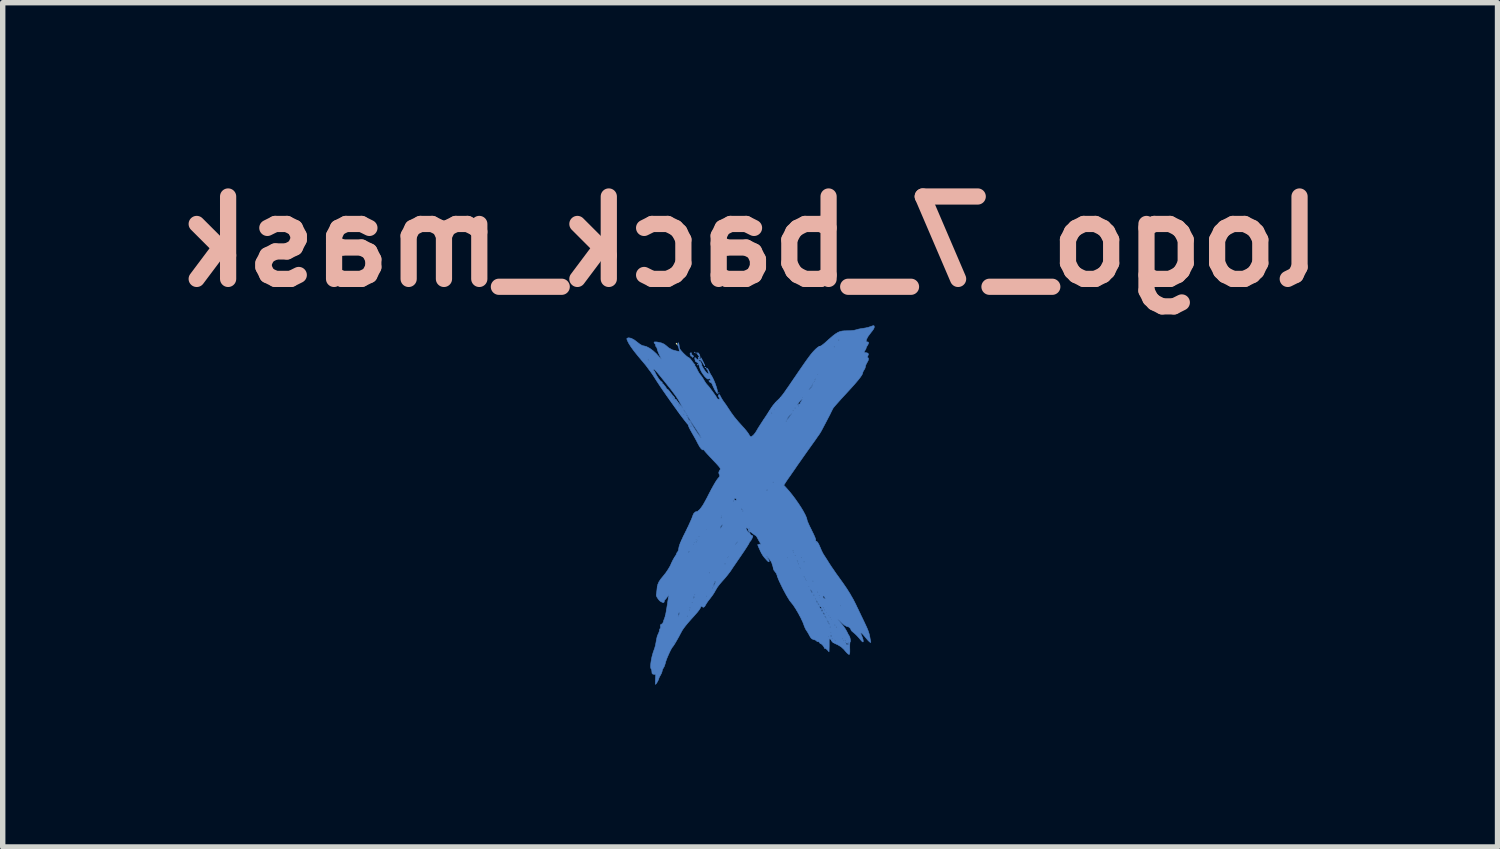
<source format=kicad_pcb>
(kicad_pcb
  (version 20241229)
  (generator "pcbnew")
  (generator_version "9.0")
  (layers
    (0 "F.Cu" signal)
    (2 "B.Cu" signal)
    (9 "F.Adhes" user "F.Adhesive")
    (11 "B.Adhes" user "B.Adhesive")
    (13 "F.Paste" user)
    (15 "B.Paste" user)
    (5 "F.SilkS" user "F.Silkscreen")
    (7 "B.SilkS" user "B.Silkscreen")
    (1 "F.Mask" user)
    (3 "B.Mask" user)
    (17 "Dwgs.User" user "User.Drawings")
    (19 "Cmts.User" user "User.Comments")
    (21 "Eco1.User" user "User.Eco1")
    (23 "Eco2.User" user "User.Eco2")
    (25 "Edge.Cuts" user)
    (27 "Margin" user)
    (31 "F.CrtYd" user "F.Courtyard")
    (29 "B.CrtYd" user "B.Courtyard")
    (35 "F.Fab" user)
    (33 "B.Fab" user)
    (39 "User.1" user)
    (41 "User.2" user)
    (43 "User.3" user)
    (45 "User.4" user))
  (footprint "logo_7_back_mask"
    (layer "F.Cu")
    (at 10.82 5.228)
    (property "Reference" "logo_7_back_mask" (at 0 -3.81 180) (layer "B.SilkS") (effects (font (size 1.524 1.524) (thickness 0.3)) (justify mirror)))
    (attr through_hole)
    (fp_poly (pts (xy -1.029 -1.762) (xy -1.022 -1.756) (xy -1.016 -1.762) (xy -1.022 -1.769) (xy -1.029 -1.762)) (stroke (width 0.01) (type solid)) (fill yes) (layer "B.Cu"))
    (fp_poly (pts (xy -1.003 -1.75) (xy -0.997 -1.743) (xy -0.991 -1.75) (xy -0.997 -1.756) (xy -1.003 -1.75)) (stroke (width 0.01) (type solid)) (fill yes) (layer "B.Cu"))
    (fp_poly (pts (xy -0.978 -1.534) (xy -0.972 -1.527) (xy -0.965 -1.534) (xy -0.972 -1.54) (xy -0.978 -1.534)) (stroke (width 0.01) (type solid)) (fill yes) (layer "B.Cu"))
    (fp_poly (pts (xy -0.902 -1.546) (xy -0.895 -1.54) (xy -0.889 -1.546) (xy -0.895 -1.553) (xy -0.902 -1.546)) (stroke (width 0.01) (type solid)) (fill yes) (layer "B.Cu"))
    (fp_poly (pts (xy -0.584 -1.013) (xy -0.578 -1.007) (xy -0.572 -1.013) (xy -0.578 -1.019) (xy -0.584 -1.013)) (stroke (width 0.01) (type solid)) (fill yes) (layer "B.Cu"))
    (fp_poly (pts (xy -0.834 -1.485) (xy -0.832 -1.477) (xy -0.826 -1.476) (xy -0.815 -1.481) (xy -0.817 -1.485) (xy -0.832 -1.486) (xy -0.834 -1.485)) (stroke (width 0.01) (type solid)) (fill yes) (layer "B.Cu"))
    (fp_poly (pts (xy -1.108 -1.748) (xy -1.111 -1.732) (xy -1.105 -1.724) (xy -1.097 -1.709) (xy -1.099 -1.704) (xy -1.096 -1.694) (xy -1.086 -1.692) (xy -1.071 -1.687) (xy -1.072 -1.682) (xy -1.068 -1.672) (xy -1.061 -1.671) (xy -1.048 -1.681) (xy -1.047 -1.691) (xy -1.059 -1.709) (xy -1.068 -1.712) (xy -1.081 -1.722) (xy -1.082 -1.734) (xy -1.085 -1.752) (xy -1.091 -1.756) (xy -1.108 -1.748)) (stroke (width 0.01) (type solid)) (fill yes) (layer "B.Cu"))
    (fp_poly (pts (xy -0.977 -1.748) (xy -0.973 -1.728) (xy -0.959 -1.71) (xy -0.944 -1.69) (xy -0.94 -1.675) (xy -0.947 -1.671) (xy -0.952 -1.673) (xy -0.96 -1.671) (xy -0.958 -1.662) (xy -0.954 -1.636) (xy -0.966 -1.626) (xy -0.987 -1.637) (xy -0.99 -1.641) (xy -1.009 -1.66) (xy -1.02 -1.667) (xy -1.023 -1.657) (xy -1.021 -1.634) (xy -1.015 -1.616) (xy -1.014 -1.601) (xy -1.005 -1.591) (xy -0.99 -1.584) (xy -0.964 -1.564) (xy -0.944 -1.524) (xy -0.934 -1.489) (xy -0.92 -1.447) (xy -0.898 -1.401) (xy -0.869 -1.357) (xy -0.839 -1.317) (xy -0.809 -1.287) (xy -0.784 -1.269) (xy -0.765 -1.27) (xy -0.762 -1.273) (xy -0.751 -1.279) (xy -0.738 -1.263) (xy -0.736 -1.26) (xy -0.727 -1.24) (xy -0.733 -1.236) (xy -0.741 -1.239) (xy -0.759 -1.241) (xy -0.762 -1.236) (xy -0.754 -1.22) (xy -0.737 -1.206) (xy -0.723 -1.203) (xy -0.721 -1.204) (xy -0.714 -1.197) (xy -0.701 -1.172) (xy -0.692 -1.151) (xy -0.674 -1.111) (xy -0.651 -1.066) (xy -0.626 -1.026) (xy -0.606 -0.999) (xy -0.605 -0.998) (xy -0.604 -1.007) (xy -0.604 -1.033) (xy -0.604 -1.042) (xy -0.611 -1.081) (xy -0.627 -1.134) (xy -0.648 -1.194) (xy -0.673 -1.253) (xy -0.697 -1.302) (xy -0.712 -1.328) (xy -0.733 -1.361) (xy -0.755 -1.404) (xy -0.762 -1.42) (xy -0.781 -1.456) (xy -0.797 -1.47) (xy -0.802 -1.469) (xy -0.807 -1.457) (xy -0.793 -1.443) (xy -0.779 -1.427) (xy -0.779 -1.417) (xy -0.778 -1.403) (xy -0.766 -1.385) (xy -0.753 -1.367) (xy -0.758 -1.363) (xy -0.784 -1.373) (xy -0.792 -1.376) (xy -0.812 -1.393) (xy -0.837 -1.426) (xy -0.864 -1.466) (xy -0.887 -1.507) (xy -0.903 -1.544) (xy -0.907 -1.568) (xy -0.907 -1.571) (xy -0.912 -1.587) (xy -0.926 -1.594) (xy -0.948 -1.606) (xy -0.95 -1.618) (xy -0.932 -1.624) (xy -0.927 -1.624) (xy -0.903 -1.611) (xy -0.878 -1.577) (xy -0.875 -1.572) (xy -0.852 -1.53) (xy -0.839 -1.511) (xy -0.836 -1.515) (xy -0.846 -1.541) (xy -0.862 -1.576) (xy -0.882 -1.617) (xy -0.899 -1.649) (xy -0.909 -1.665) (xy -0.909 -1.665) (xy -0.913 -1.665) (xy -0.91 -1.659) (xy -0.912 -1.643) (xy -0.921 -1.637) (xy -0.936 -1.639) (xy -0.94 -1.655) (xy -0.931 -1.671) (xy -0.928 -1.673) (xy -0.925 -1.687) (xy -0.933 -1.712) (xy -0.946 -1.738) (xy -0.961 -1.754) (xy -0.966 -1.756) (xy -0.977 -1.748)) (stroke (width 0.01) (type solid)) (fill yes) (layer "B.Cu"))
    (fp_poly (pts (xy 2.272 -2.255) (xy 2.242 -2.245) (xy 2.228 -2.24) (xy 2.187 -2.226) (xy 2.134 -2.214) (xy 2.102 -2.209) (xy 2.048 -2.201) (xy 1.995 -2.19) (xy 1.97 -2.182) (xy 1.92 -2.17) (xy 1.853 -2.164) (xy 1.798 -2.162) (xy 1.746 -2.161) (xy 1.703 -2.157) (xy 1.663 -2.148) (xy 1.625 -2.132) (xy 1.584 -2.107) (xy 1.535 -2.071) (xy 1.477 -2.021) (xy 1.405 -1.957) (xy 1.389 -1.942) (xy 1.35 -1.91) (xy 1.317 -1.886) (xy 1.295 -1.875) (xy 1.29 -1.874) (xy 1.273 -1.87) (xy 1.245 -1.851) (xy 1.216 -1.826) (xy 1.192 -1.802) (xy 1.168 -1.777) (xy 1.144 -1.749) (xy 1.117 -1.716) (xy 1.087 -1.676) (xy 1.051 -1.627) (xy 1.007 -1.565) (xy 0.955 -1.49) (xy 0.893 -1.4) (xy 0.819 -1.291) (xy 0.781 -1.235) (xy 0.72 -1.146) (xy 0.67 -1.074) (xy 0.631 -1.018) (xy 0.598 -0.974) (xy 0.57 -0.94) (xy 0.545 -0.911) (xy 0.521 -0.887) (xy 0.5 -0.868) (xy 0.463 -0.829) (xy 0.421 -0.778) (xy 0.384 -0.725) (xy 0.381 -0.719) (xy 0.349 -0.669) (xy 0.309 -0.607) (xy 0.266 -0.542) (xy 0.24 -0.503) (xy 0.204 -0.448) (xy 0.17 -0.395) (xy 0.143 -0.352) (xy 0.129 -0.327) (xy 0.097 -0.275) (xy 0.062 -0.233) (xy 0.03 -0.207) (xy 0.023 -0.203) (xy 0.005 -0.205) (xy -0.013 -0.228) (xy -0.019 -0.241) (xy -0.037 -0.269) (xy -0.068 -0.31) (xy -0.106 -0.356) (xy -0.13 -0.382) (xy -0.22 -0.482) (xy -0.294 -0.571) (xy -0.353 -0.652) (xy -0.356 -0.657) (xy -1.198 -0.657) (xy -1.199 -0.651) (xy -1.209 -0.661) (xy -1.219 -0.676) (xy -1.222 -0.683) (xy -1.257 -0.683) (xy -1.264 -0.676) (xy -1.27 -0.683) (xy -1.264 -0.689) (xy -1.257 -0.683) (xy -1.222 -0.683) (xy -1.227 -0.696) (xy -1.226 -0.702) (xy -1.216 -0.692) (xy -1.206 -0.676) (xy -1.198 -0.657) (xy -0.356 -0.657) (xy -0.385 -0.701) (xy -0.404 -0.729) (xy -1.245 -0.729) (xy -1.247 -0.732) (xy -1.265 -0.756) (xy -1.277 -0.772) (xy -1.308 -0.772) (xy -1.314 -0.765) (xy -1.321 -0.772) (xy -1.314 -0.778) (xy -1.308 -0.772) (xy -1.277 -0.772) (xy -1.291 -0.789) (xy -1.298 -0.797) (xy -1.321 -0.797) (xy -1.327 -0.791) (xy -1.333 -0.797) (xy -1.327 -0.803) (xy -1.321 -0.797) (xy -1.298 -0.797) (xy -1.305 -0.807) (xy -1.328 -0.835) (xy -1.346 -0.835) (xy -1.353 -0.829) (xy -1.359 -0.835) (xy -1.353 -0.842) (xy -1.346 -0.835) (xy -1.328 -0.835) (xy -1.332 -0.841) (xy -1.354 -0.871) (xy -1.355 -0.873) (xy -1.372 -0.873) (xy -1.378 -0.867) (xy -1.384 -0.873) (xy -1.378 -0.88) (xy -1.372 -0.873) (xy -1.355 -0.873) (xy -1.36 -0.882) (xy -1.376 -0.897) (xy -1.387 -0.897) (xy -1.395 -0.896) (xy -1.394 -0.899) (xy -1.41 -0.899) (xy -1.416 -0.892) (xy -1.422 -0.899) (xy -1.416 -0.905) (xy -1.41 -0.899) (xy -1.394 -0.899) (xy -1.392 -0.903) (xy -1.394 -0.921) (xy -1.405 -0.937) (xy -1.41 -0.937) (xy -1.416 -0.93) (xy -1.422 -0.937) (xy -1.435 -0.937) (xy -1.441 -0.93) (xy -1.448 -0.937) (xy -1.441 -0.943) (xy -1.435 -0.937) (xy -1.422 -0.937) (xy -1.416 -0.943) (xy -1.41 -0.937) (xy -1.405 -0.937) (xy -1.411 -0.944) (xy -1.413 -0.946) (xy -1.437 -0.973) (xy -1.439 -0.975) (xy -1.46 -0.975) (xy -1.467 -0.969) (xy -1.473 -0.975) (xy -1.467 -0.981) (xy -1.46 -0.975) (xy -1.439 -0.975) (xy -1.468 -1.011) (xy -1.485 -1.035) (xy -1.51 -1.066) (xy -1.532 -1.084) (xy -1.542 -1.087) (xy -1.549 -1.085) (xy -1.547 -1.088) (xy -1.549 -1.103) (xy -1.565 -1.127) (xy -1.569 -1.132) (xy -1.59 -1.157) (xy -1.6 -1.174) (xy -1.6 -1.175) (xy -1.608 -1.18) (xy -1.613 -1.178) (xy -1.624 -1.177) (xy -1.624 -1.18) (xy -1.624 -1.206) (xy -1.632 -1.218) (xy -1.637 -1.217) (xy -1.648 -1.224) (xy -1.668 -1.247) (xy -1.693 -1.28) (xy -1.718 -1.319) (xy -1.74 -1.357) (xy -1.756 -1.389) (xy -1.759 -1.397) (xy -1.768 -1.417) (xy -1.776 -1.421) (xy -1.783 -1.427) (xy -1.786 -1.445) (xy -1.785 -1.453) (xy -1.778 -1.453) (xy -1.764 -1.442) (xy -1.742 -1.419) (xy -1.71 -1.383) (xy -1.667 -1.331) (xy -1.612 -1.263) (xy -1.543 -1.177) (xy -1.529 -1.159) (xy -1.466 -1.08) (xy -1.417 -1.015) (xy -1.377 -0.962) (xy -1.345 -0.914) (xy -1.317 -0.868) (xy -1.289 -0.818) (xy -1.278 -0.797) (xy -1.258 -0.759) (xy -1.247 -0.735) (xy -1.245 -0.729) (xy -0.404 -0.729) (xy -0.418 -0.751) (xy -0.453 -0.803) (xy -0.479 -0.838) (xy -0.509 -0.881) (xy -0.535 -0.925) (xy -0.546 -0.946) (xy -0.561 -0.975) (xy -0.573 -0.984) (xy -0.582 -0.977) (xy -0.589 -0.957) (xy -0.578 -0.936) (xy -0.562 -0.91) (xy -0.564 -0.897) (xy -0.584 -0.896) (xy -0.605 -0.902) (xy -0.61 -0.91) (xy -0.617 -0.925) (xy -0.636 -0.956) (xy -0.664 -0.996) (xy -0.696 -1.041) (xy -0.73 -1.086) (xy -0.76 -1.126) (xy -0.785 -1.155) (xy -0.795 -1.165) (xy -0.818 -1.193) (xy -0.842 -1.231) (xy -0.85 -1.244) (xy -0.876 -1.289) (xy -0.907 -1.333) (xy -0.915 -1.341) (xy -0.944 -1.381) (xy -0.969 -1.425) (xy -0.973 -1.434) (xy -0.991 -1.471) (xy -1.009 -1.501) (xy -1.013 -1.505) (xy -1.024 -1.522) (xy -1.021 -1.527) (xy -1.018 -1.533) (xy -1.023 -1.537) (xy -1.037 -1.552) (xy -1.06 -1.581) (xy -1.078 -1.607) (xy -1.08 -1.61) (xy -1.867 -1.61) (xy -1.873 -1.603) (xy -1.88 -1.61) (xy -1.873 -1.616) (xy -1.867 -1.61) (xy -1.08 -1.61) (xy -1.1 -1.635) (xy -1.88 -1.635) (xy -1.886 -1.629) (xy -1.892 -1.635) (xy -1.886 -1.642) (xy -1.88 -1.635) (xy -1.1 -1.635) (xy -1.103 -1.64) (xy -1.126 -1.661) (xy -1.137 -1.667) (xy -1.154 -1.676) (xy -1.183 -1.699) (xy -1.218 -1.732) (xy -1.232 -1.745) (xy -1.272 -1.789) (xy -1.297 -1.822) (xy -1.307 -1.849) (xy -1.309 -1.863) (xy -1.313 -1.9) (xy -1.32 -1.927) (xy -1.327 -1.942) (xy -1.332 -1.936) (xy -1.336 -1.918) (xy -1.338 -1.892) (xy -1.333 -1.88) (xy -1.326 -1.867) (xy -1.317 -1.837) (xy -1.315 -1.828) (xy -1.306 -1.779) (xy -1.361 -1.788) (xy -1.441 -1.81) (xy -1.509 -1.849) (xy -1.543 -1.879) (xy -1.586 -1.913) (xy -1.637 -1.936) (xy -1.704 -1.951) (xy -1.73 -1.955) (xy -1.765 -1.956) (xy -1.777 -1.947) (xy -1.767 -1.928) (xy -1.759 -1.921) (xy -1.747 -1.903) (xy -1.748 -1.893) (xy -1.746 -1.876) (xy -1.739 -1.87) (xy -1.725 -1.85) (xy -1.718 -1.826) (xy -1.71 -1.796) (xy -1.694 -1.755) (xy -1.679 -1.72) (xy -1.656 -1.672) (xy -1.644 -1.644) (xy -1.643 -1.636) (xy -1.653 -1.646) (xy -1.674 -1.671) (xy -1.679 -1.677) (xy -1.735 -1.739) (xy -1.796 -1.794) (xy -1.858 -1.839) (xy -1.916 -1.869) (xy -1.966 -1.883) (xy -1.973 -1.883) (xy -2.001 -1.892) (xy -2.04 -1.915) (xy -2.071 -1.939) (xy -2.14 -1.992) (xy -2.198 -2.023) (xy -2.244 -2.032) (xy -2.255 -2.03) (xy -2.275 -2.023) (xy -2.28 -2.012) (xy -2.272 -1.988) (xy -2.268 -1.978) (xy -2.241 -1.925) (xy -2.2 -1.861) (xy -2.143 -1.783) (xy -2.069 -1.691) (xy -2 -1.609) (xy -1.963 -1.565) (xy -1.929 -1.524) (xy -1.905 -1.492) (xy -1.899 -1.484) (xy -1.872 -1.447) (xy -1.847 -1.415) (xy -1.83 -1.391) (xy -1.803 -1.352) (xy -1.77 -1.301) (xy -1.734 -1.245) (xy -1.728 -1.235) (xy -1.691 -1.179) (xy -1.646 -1.111) (xy -1.594 -1.035) (xy -1.537 -0.954) (xy -1.478 -0.87) (xy -1.418 -0.786) (xy -1.36 -0.705) (xy -1.305 -0.629) (xy -1.255 -0.562) (xy -1.212 -0.506) (xy -1.179 -0.464) (xy -1.158 -0.439) (xy -1.152 -0.434) (xy -1.141 -0.417) (xy -1.14 -0.415) (xy -1.136 -0.393) (xy -1.121 -0.36) (xy -1.096 -0.313) (xy -1.064 -0.257) (xy -1.031 -0.199) (xy -0.996 -0.136) (xy -0.967 -0.079) (xy -0.965 -0.076) (xy -0.933 -0.018) (xy -0.904 0.021) (xy -0.878 0.041) (xy -0.862 0.04) (xy -0.851 0.041) (xy -0.851 0.044) (xy -0.843 0.057) (xy -0.82 0.084) (xy -0.787 0.121) (xy -0.749 0.162) (xy -0.683 0.232) (xy -0.632 0.285) (xy -0.596 0.325) (xy -0.571 0.354) (xy -0.557 0.374) (xy -0.551 0.389) (xy -0.552 0.401) (xy -0.557 0.412) (xy -0.565 0.424) (xy -0.579 0.454) (xy -0.576 0.481) (xy -0.573 0.488) (xy -0.563 0.51) (xy -0.561 0.525) (xy -0.57 0.542) (xy -0.593 0.568) (xy -0.599 0.575) (xy -0.619 0.603) (xy -0.647 0.648) (xy -0.68 0.704) (xy -0.714 0.767) (xy -0.722 0.782) (xy -0.756 0.846) (xy -0.787 0.907) (xy -0.814 0.959) (xy -0.834 0.995) (xy -0.837 1.001) (xy -0.869 1.057) (xy -0.903 1.107) (xy -0.935 1.147) (xy -0.962 1.171) (xy -0.976 1.178) (xy -1.014 1.189) (xy -1.044 1.22) (xy -1.062 1.263) (xy -1.07 1.288) (xy -1.088 1.331) (xy -1.114 1.389) (xy -1.145 1.457) (xy -1.181 1.531) (xy -1.191 1.551) (xy -1.239 1.648) (xy -1.274 1.726) (xy -1.299 1.785) (xy -1.313 1.829) (xy -1.318 1.854) (xy -1.325 1.893) (xy -1.336 1.921) (xy -1.341 1.928) (xy -1.357 1.949) (xy -1.359 1.958) (xy -1.366 1.976) (xy -1.383 2.006) (xy -1.395 2.023) (xy -1.422 2.068) (xy -1.447 2.118) (xy -1.453 2.133) (xy -1.478 2.187) (xy -1.515 2.25) (xy -1.558 2.314) (xy -1.601 2.368) (xy -1.651 2.429) (xy -1.685 2.48) (xy -1.707 2.531) (xy -1.718 2.586) (xy -1.721 2.613) (xy -1.726 2.66) (xy -1.731 2.697) (xy -1.735 2.716) (xy -1.735 2.717) (xy -1.734 2.737) (xy -1.72 2.767) (xy -1.698 2.8) (xy -1.673 2.83) (xy -1.653 2.845) (xy -1.616 2.863) (xy -1.595 2.864) (xy -1.588 2.848) (xy -1.587 2.843) (xy -1.582 2.82) (xy -1.576 2.814) (xy -1.563 2.802) (xy -1.542 2.776) (xy -1.53 2.759) (xy -1.51 2.73) (xy -1.501 2.72) (xy -1.501 2.729) (xy -1.504 2.746) (xy -1.511 2.779) (xy -1.519 2.826) (xy -1.525 2.867) (xy -1.54 2.961) (xy -1.552 3.033) (xy -1.562 3.087) (xy -1.572 3.125) (xy -1.581 3.152) (xy -1.581 3.153) (xy -1.596 3.191) (xy -1.605 3.224) (xy -1.62 3.253) (xy -1.639 3.264) (xy -1.657 3.275) (xy -1.658 3.298) (xy -1.657 3.303) (xy -1.656 3.329) (xy -1.663 3.343) (xy -1.674 3.361) (xy -1.676 3.376) (xy -1.682 3.405) (xy -1.696 3.439) (xy -1.696 3.44) (xy -1.708 3.464) (xy -1.717 3.488) (xy -1.724 3.517) (xy -1.733 3.56) (xy -1.741 3.607) (xy -1.751 3.658) (xy -1.764 3.706) (xy -1.772 3.728) (xy -1.794 3.791) (xy -1.813 3.859) (xy -1.827 3.926) (xy -1.836 3.988) (xy -1.84 4.04) (xy -1.837 4.076) (xy -1.829 4.092) (xy -1.82 4.109) (xy -1.816 4.14) (xy -1.816 4.143) (xy -1.813 4.173) (xy -1.8 4.186) (xy -1.781 4.19) (xy -1.746 4.194) (xy -1.751 4.286) (xy -1.752 4.331) (xy -1.751 4.363) (xy -1.749 4.378) (xy -1.749 4.378) (xy -1.739 4.368) (xy -1.722 4.344) (xy -1.716 4.333) (xy -1.699 4.301) (xy -1.689 4.277) (xy -1.689 4.273) (xy -1.682 4.253) (xy -1.666 4.222) (xy -1.657 4.207) (xy -1.638 4.17) (xy -1.627 4.138) (xy -1.626 4.129) (xy -1.618 4.1) (xy -1.602 4.072) (xy -1.584 4.039) (xy -1.571 3.998) (xy -1.569 3.991) (xy -1.559 3.954) (xy -1.541 3.903) (xy -1.517 3.846) (xy -1.491 3.788) (xy -1.466 3.737) (xy -1.444 3.699) (xy -1.434 3.686) (xy -1.413 3.658) (xy -1.385 3.613) (xy -1.383 3.61) (xy -1.397 3.61) (xy -1.403 3.616) (xy -1.41 3.61) (xy -1.403 3.603) (xy -1.397 3.61) (xy -1.383 3.61) (xy -1.351 3.555) (xy -1.315 3.491) (xy -1.281 3.426) (xy -1.277 3.419) (xy -1.257 3.382) (xy -1.231 3.343) (xy -1.197 3.298) (xy -1.154 3.245) (xy -1.097 3.18) (xy -1.038 3.115) (xy -1.156 3.115) (xy -1.162 3.121) (xy -1.168 3.115) (xy -1.162 3.108) (xy -1.156 3.115) (xy -1.038 3.115) (xy -1.026 3.101) (xy -1.013 3.086) (xy -0.99 3.06) (xy -1.308 3.06) (xy -1.313 3.09) (xy -1.317 3.104) (xy -1.325 3.12) (xy -1.329 3.112) (xy -1.331 3.105) (xy -1.328 3.076) (xy -1.322 3.061) (xy -1.312 3.046) (xy -1.309 3.053) (xy -1.308 3.06) (xy -0.99 3.06) (xy -0.975 3.043) (xy -0.947 3.007) (xy -1.118 3.007) (xy -1.122 3.017) (xy -1.126 3.015) (xy -1.128 3) (xy -1.126 2.998) (xy -1.119 3) (xy -1.118 3.007) (xy -0.947 3.007) (xy -0.944 3.003) (xy -0.924 2.973) (xy -0.919 2.961) (xy -0.913 2.947) (xy -1.094 2.947) (xy -1.097 2.954) (xy -1.11 2.967) (xy -1.117 2.965) (xy -1.118 2.963) (xy -1.109 2.952) (xy -1.103 2.948) (xy -1.094 2.947) (xy -0.913 2.947) (xy -0.909 2.935) (xy -0.894 2.933) (xy -0.88 2.945) (xy -0.86 2.952) (xy -0.839 2.936) (xy -0.819 2.901) (xy -0.801 2.871) (xy -0.794 2.861) (xy -1.067 2.861) (xy -1.073 2.867) (xy -1.079 2.861) (xy -1.073 2.854) (xy -1.067 2.861) (xy -0.794 2.861) (xy -0.773 2.831) (xy -0.739 2.788) (xy -0.738 2.787) (xy -0.718 2.76) (xy -1.03 2.76) (xy -1.037 2.78) (xy -1.046 2.791) (xy -1.046 2.791) (xy -1.048 2.78) (xy -1.045 2.765) (xy -1.037 2.747) (xy -1.032 2.745) (xy -1.03 2.76) (xy -0.718 2.76) (xy -0.707 2.746) (xy -0.8 2.746) (xy -0.806 2.753) (xy -0.813 2.746) (xy -0.806 2.74) (xy -0.8 2.746) (xy -0.707 2.746) (xy -0.7 2.736) (xy -0.689 2.721) (xy -1.016 2.721) (xy -1.022 2.727) (xy -1.029 2.721) (xy -1.022 2.715) (xy -1.016 2.721) (xy -0.689 2.721) (xy -0.662 2.679) (xy -0.637 2.634) (xy -0.613 2.594) (xy -0.686 2.594) (xy -0.692 2.6) (xy -0.699 2.594) (xy -0.692 2.587) (xy -0.686 2.594) (xy -0.613 2.594) (xy -0.607 2.583) (xy -0.564 2.526) (xy -0.521 2.476) (xy -0.64 2.476) (xy -0.646 2.501) (xy -0.658 2.53) (xy -0.67 2.556) (xy -0.68 2.57) (xy -0.682 2.57) (xy -0.681 2.556) (xy -0.675 2.539) (xy -0.667 2.517) (xy -0.669 2.507) (xy -0.667 2.499) (xy -0.662 2.499) (xy -0.652 2.492) (xy -0.654 2.487) (xy -0.652 2.47) (xy -0.649 2.468) (xy -0.64 2.47) (xy -0.64 2.476) (xy -0.521 2.476) (xy -0.516 2.47) (xy -0.512 2.466) (xy -0.465 2.413) (xy -0.413 2.35) (xy -0.386 2.314) (xy -0.749 2.314) (xy -0.756 2.321) (xy -0.762 2.314) (xy -0.756 2.308) (xy -0.749 2.314) (xy -0.386 2.314) (xy -0.365 2.287) (xy -0.349 2.263) (xy -0.316 2.213) (xy -0.272 2.149) (xy -0.457 2.149) (xy -0.464 2.156) (xy -0.47 2.149) (xy -0.464 2.143) (xy -0.457 2.149) (xy -0.272 2.149) (xy -0.272 2.149) (xy -0.223 2.077) (xy -0.194 2.035) (xy -0.406 2.035) (xy -0.413 2.041) (xy -0.419 2.035) (xy -0.413 2.029) (xy -0.406 2.035) (xy -0.194 2.035) (xy -0.177 2.01) (xy -0.394 2.01) (xy -0.4 2.016) (xy -0.406 2.01) (xy -0.4 2.003) (xy -0.394 2.01) (xy -0.177 2.01) (xy -0.172 2.003) (xy -0.143 1.96) (xy -0.114 1.918) (xy -1.12 1.918) (xy -1.123 1.925) (xy -1.136 1.939) (xy -1.143 1.936) (xy -1.143 1.934) (xy -1.134 1.923) (xy -1.128 1.92) (xy -1.12 1.918) (xy -0.114 1.918) (xy -0.101 1.898) (xy -0.065 1.843) (xy -0.037 1.798) (xy -0.034 1.794) (xy -0.267 1.794) (xy -0.273 1.8) (xy -0.279 1.794) (xy -1.041 1.794) (xy -1.048 1.8) (xy -1.054 1.794) (xy -1.048 1.787) (xy -1.041 1.794) (xy -0.279 1.794) (xy -0.273 1.787) (xy -0.267 1.794) (xy -0.034 1.794) (xy -0.019 1.767) (xy -0.013 1.753) (xy -0.006 1.738) (xy -0.003 1.737) (xy -0.229 1.737) (xy -0.233 1.743) (xy -0.24 1.752) (xy -0.258 1.772) (xy -0.266 1.772) (xy -0.267 1.77) (xy -0.258 1.759) (xy -0.254 1.756) (xy -1.029 1.756) (xy -1.035 1.762) (xy -1.041 1.756) (xy -1.035 1.749) (xy -1.029 1.756) (xy -0.254 1.756) (xy -0.244 1.748) (xy -0.238 1.743) (xy -0.991 1.743) (xy -0.997 1.749) (xy -1.003 1.743) (xy -0.997 1.737) (xy -0.991 1.743) (xy -0.238 1.743) (xy -0.229 1.737) (xy -0.003 1.737) (xy -0.002 1.737) (xy 0.008 1.726) (xy 0.014 1.718) (xy -0.965 1.718) (xy -0.972 1.724) (xy -0.978 1.718) (xy -0.972 1.711) (xy -0.965 1.718) (xy 0.014 1.718) (xy 0.024 1.702) (xy 0.03 1.689) (xy -0.98 1.689) (xy -0.983 1.697) (xy -0.996 1.71) (xy -1.003 1.707) (xy -1.003 1.706) (xy -0.994 1.695) (xy -0.989 1.691) (xy -0.98 1.689) (xy 0.03 1.689) (xy 0.039 1.672) (xy 0.049 1.645) (xy 0.05 1.641) (xy -0.94 1.641) (xy -0.946 1.648) (xy -0.953 1.641) (xy -0.946 1.635) (xy -0.94 1.641) (xy 0.05 1.641) (xy 0.051 1.636) (xy 0.04 1.625) (xy 0.025 1.619) (xy 0.005 1.605) (xy 0 1.592) (xy -0.008 1.574) (xy -0.016 1.571) (xy -0.033 1.562) (xy -0.053 1.537) (xy -0.054 1.535) (xy -0.071 1.503) (xy -0.072 1.502) (xy -0.8 1.502) (xy -0.806 1.508) (xy -0.813 1.502) (xy -0.806 1.495) (xy -0.8 1.502) (xy -0.072 1.502) (xy -0.074 1.488) (xy -0.064 1.483) (xy -0.058 1.483) (xy -0.043 1.494) (xy -0.032 1.52) (xy -0.032 1.521) (xy -0.023 1.549) (xy -0.007 1.558) (xy 0.007 1.558) (xy 0.02 1.565) (xy 0.044 1.583) (xy 0.052 1.59) (xy 0.079 1.611) (xy 0.099 1.622) (xy 0.101 1.622) (xy 0.113 1.633) (xy 0.13 1.659) (xy 0.139 1.676) (xy 0.161 1.717) (xy 0.182 1.752) (xy 0.188 1.761) (xy 0.202 1.783) (xy 0.201 1.788) (xy 0.187 1.784) (xy 0.169 1.783) (xy 0.165 1.789) (xy 0.157 1.796) (xy 0.152 1.794) (xy 0.143 1.79) (xy 0.141 1.796) (xy 0.148 1.816) (xy 0.164 1.853) (xy 0.184 1.897) (xy 0.209 1.949) (xy 0.234 1.991) (xy 0.264 2.031) (xy 0.306 2.078) (xy 0.323 2.096) (xy 0.343 2.111) (xy 0.353 2.107) (xy 0.352 2.089) (xy 0.338 2.061) (xy 0.334 2.056) (xy 0.309 2.02) (xy 0.3 2.004) (xy 0.307 2.007) (xy 0.33 2.03) (xy 0.341 2.041) (xy 0.37 2.077) (xy 0.393 2.111) (xy 0.401 2.13) (xy 0.412 2.168) (xy 0.42 2.191) (xy 0.429 2.224) (xy 0.432 2.243) (xy 0.441 2.267) (xy 0.462 2.294) (xy 0.462 2.294) (xy 0.486 2.327) (xy 0.501 2.367) (xy 0.501 2.367) (xy 0.512 2.402) (xy 0.533 2.453) (xy 0.562 2.516) (xy 0.596 2.586) (xy 0.633 2.657) (xy 0.67 2.725) (xy 0.705 2.784) (xy 0.734 2.83) (xy 0.753 2.854) (xy 0.798 2.91) (xy 0.846 2.983) (xy 0.895 3.066) (xy 0.94 3.151) (xy 0.977 3.231) (xy 0.996 3.282) (xy 1.013 3.326) (xy 1.031 3.363) (xy 1.04 3.377) (xy 1.059 3.405) (xy 1.083 3.445) (xy 1.098 3.473) (xy 1.121 3.512) (xy 1.141 3.534) (xy 1.166 3.545) (xy 1.177 3.548) (xy 1.208 3.558) (xy 1.227 3.572) (xy 1.228 3.574) (xy 1.243 3.587) (xy 1.252 3.586) (xy 1.271 3.59) (xy 1.284 3.605) (xy 1.297 3.623) (xy 1.304 3.624) (xy 1.316 3.628) (xy 1.335 3.645) (xy 1.355 3.668) (xy 1.369 3.691) (xy 1.372 3.701) (xy 1.378 3.713) (xy 1.384 3.712) (xy 1.399 3.715) (xy 1.422 3.734) (xy 1.428 3.74) (xy 1.46 3.775) (xy 1.463 3.673) (xy 1.463 3.622) (xy 1.463 3.58) (xy 1.463 3.553) (xy 1.463 3.55) (xy 1.467 3.535) (xy 1.481 3.537) (xy 1.498 3.554) (xy 1.505 3.568) (xy 1.513 3.582) (xy 1.523 3.594) (xy 1.54 3.606) (xy 1.57 3.622) (xy 1.618 3.644) (xy 1.626 3.648) (xy 1.684 3.683) (xy 1.737 3.732) (xy 1.756 3.756) (xy 1.787 3.791) (xy 1.814 3.816) (xy 1.831 3.825) (xy 1.832 3.825) (xy 1.84 3.812) (xy 1.844 3.781) (xy 1.844 3.727) (xy 1.843 3.705) (xy 1.843 3.648) (xy 1.845 3.613) (xy 1.827 3.613) (xy 1.823 3.635) (xy 1.801 3.642) (xy 1.797 3.642) (xy 1.775 3.637) (xy 1.773 3.623) (xy 1.774 3.622) (xy 1.785 3.61) (xy 1.797 3.617) (xy 1.812 3.622) (xy 1.82 3.607) (xy 1.824 3.597) (xy 1.765 3.597) (xy 1.759 3.603) (xy 1.753 3.597) (xy 1.759 3.591) (xy 1.765 3.597) (xy 1.824 3.597) (xy 1.825 3.595) (xy 1.827 3.606) (xy 1.827 3.613) (xy 1.845 3.613) (xy 1.845 3.609) (xy 1.85 3.591) (xy 1.852 3.591) (xy 1.856 3.58) (xy 1.856 3.572) (xy 1.765 3.572) (xy 1.759 3.578) (xy 1.753 3.572) (xy 1.74 3.572) (xy 1.734 3.578) (xy 1.727 3.572) (xy 1.587 3.572) (xy 1.581 3.578) (xy 1.575 3.572) (xy 1.581 3.565) (xy 1.587 3.572) (xy 1.727 3.572) (xy 1.734 3.565) (xy 1.74 3.572) (xy 1.753 3.572) (xy 1.759 3.565) (xy 1.765 3.572) (xy 1.856 3.572) (xy 1.855 3.559) (xy 1.562 3.559) (xy 1.556 3.565) (xy 1.549 3.559) (xy 1.556 3.553) (xy 1.562 3.559) (xy 1.855 3.559) (xy 1.855 3.554) (xy 1.851 3.534) (xy 1.714 3.534) (xy 1.708 3.54) (xy 1.702 3.534) (xy 1.524 3.534) (xy 1.518 3.54) (xy 1.511 3.534) (xy 1.518 3.527) (xy 1.524 3.534) (xy 1.702 3.534) (xy 1.708 3.527) (xy 1.714 3.534) (xy 1.851 3.534) (xy 1.849 3.523) (xy 1.841 3.494) (xy 1.839 3.491) (xy 1.511 3.491) (xy 1.503 3.498) (xy 1.499 3.496) (xy 1.46 3.496) (xy 1.454 3.502) (xy 1.448 3.496) (xy 1.454 3.489) (xy 1.46 3.496) (xy 1.499 3.496) (xy 1.486 3.479) (xy 1.486 3.475) (xy 1.494 3.468) (xy 1.499 3.47) (xy 1.511 3.487) (xy 1.511 3.491) (xy 1.839 3.491) (xy 1.831 3.477) (xy 1.831 3.477) (xy 1.821 3.463) (xy 1.805 3.432) (xy 1.799 3.419) (xy 1.499 3.419) (xy 1.492 3.426) (xy 1.486 3.419) (xy 1.492 3.413) (xy 1.499 3.419) (xy 1.799 3.419) (xy 1.786 3.394) (xy 1.758 3.346) (xy 1.738 3.318) (xy 1.6 3.318) (xy 1.594 3.324) (xy 1.587 3.318) (xy 1.486 3.318) (xy 1.48 3.324) (xy 1.473 3.318) (xy 1.48 3.311) (xy 1.486 3.318) (xy 1.587 3.318) (xy 1.594 3.311) (xy 1.6 3.318) (xy 1.738 3.318) (xy 1.719 3.291) (xy 1.71 3.28) (xy 1.575 3.28) (xy 1.568 3.286) (xy 1.562 3.28) (xy 1.568 3.273) (xy 1.575 3.28) (xy 1.71 3.28) (xy 1.703 3.272) (xy 1.468 3.272) (xy 1.467 3.273) (xy 1.458 3.263) (xy 1.443 3.237) (xy 1.434 3.219) (xy 1.422 3.192) (xy 1.42 3.181) (xy 1.425 3.184) (xy 1.44 3.205) (xy 1.454 3.232) (xy 1.465 3.257) (xy 1.468 3.272) (xy 1.703 3.272) (xy 1.676 3.24) (xy 1.672 3.236) (xy 1.639 3.2) (xy 1.623 3.181) (xy 1.625 3.18) (xy 1.645 3.195) (xy 1.684 3.228) (xy 1.718 3.259) (xy 1.753 3.287) (xy 1.784 3.304) (xy 1.801 3.309) (xy 1.823 3.315) (xy 1.847 3.335) (xy 1.864 3.361) (xy 1.867 3.373) (xy 1.877 3.388) (xy 1.901 3.409) (xy 1.91 3.416) (xy 1.938 3.44) (xy 1.975 3.476) (xy 2.014 3.519) (xy 2.021 3.527) (xy 2.054 3.566) (xy 2.075 3.587) (xy 2.087 3.593) (xy 2.092 3.586) (xy 2.093 3.581) (xy 2.09 3.554) (xy 2.079 3.515) (xy 2.066 3.484) (xy 2.049 3.443) (xy 2.047 3.424) (xy 2.058 3.426) (xy 2.083 3.449) (xy 2.122 3.494) (xy 2.14 3.516) (xy 2.181 3.564) (xy 2.211 3.593) (xy 2.228 3.603) (xy 2.233 3.593) (xy 2.23 3.581) (xy 2.224 3.555) (xy 2.217 3.517) (xy 2.216 3.508) (xy 2.208 3.468) (xy 2.198 3.43) (xy 2.184 3.388) (xy 2.164 3.338) (xy 2.135 3.275) (xy 2.097 3.195) (xy 2.095 3.191) (xy 2.089 3.178) (xy 1.511 3.178) (xy 1.505 3.184) (xy 1.499 3.178) (xy 1.505 3.172) (xy 1.511 3.178) (xy 2.089 3.178) (xy 2.076 3.152) (xy 1.41 3.152) (xy 1.404 3.153) (xy 1.392 3.139) (xy 1.38 3.118) (xy 1.38 3.109) (xy 1.39 3.112) (xy 1.402 3.129) (xy 1.409 3.149) (xy 1.41 3.152) (xy 2.076 3.152) (xy 2.071 3.14) (xy 1.486 3.14) (xy 1.48 3.146) (xy 1.473 3.14) (xy 1.48 3.134) (xy 1.486 3.14) (xy 2.071 3.14) (xy 2.06 3.118) (xy 2.052 3.102) (xy 1.46 3.102) (xy 1.454 3.108) (xy 1.448 3.102) (xy 1.454 3.095) (xy 1.46 3.102) (xy 2.052 3.102) (xy 2.045 3.086) (xy 1.384 3.086) (xy 1.377 3.09) (xy 1.365 3.083) (xy 1.349 3.064) (xy 1.346 3.054) (xy 1.354 3.05) (xy 1.365 3.057) (xy 1.381 3.077) (xy 1.384 3.086) (xy 2.045 3.086) (xy 2.028 3.051) (xy 1.422 3.051) (xy 1.416 3.057) (xy 1.41 3.051) (xy 1.416 3.045) (xy 1.422 3.051) (xy 2.028 3.051) (xy 2.024 3.043) (xy 2.01 3.014) (xy 1.342 3.014) (xy 1.34 3.02) (xy 1.328 3.027) (xy 1.32 3.017) (xy 1.317 3) (xy 1.322 2.996) (xy 1.341 2.997) (xy 1.342 3.014) (xy 2.01 3.014) (xy 2.004 3) (xy 1.384 3) (xy 1.378 3.007) (xy 1.372 3) (xy 1.378 2.994) (xy 1.384 3) (xy 2.004 3) (xy 1.992 2.976) (xy 1.328 2.976) (xy 1.322 2.98) (xy 1.312 2.979) (xy 1.291 2.965) (xy 1.285 2.952) (xy 1.286 2.933) (xy 1.298 2.934) (xy 1.316 2.953) (xy 1.319 2.957) (xy 1.328 2.976) (xy 1.992 2.976) (xy 1.991 2.973) (xy 1.985 2.962) (xy 1.359 2.962) (xy 1.353 2.969) (xy 1.346 2.962) (xy 1.353 2.956) (xy 1.359 2.962) (xy 1.985 2.962) (xy 1.973 2.937) (xy 1.346 2.937) (xy 1.34 2.943) (xy 1.333 2.937) (xy 1.34 2.93) (xy 1.346 2.937) (xy 1.973 2.937) (xy 1.967 2.924) (xy 1.676 2.924) (xy 1.67 2.93) (xy 1.664 2.924) (xy 1.67 2.918) (xy 1.676 2.924) (xy 1.967 2.924) (xy 1.963 2.917) (xy 1.963 2.915) (xy 1.279 2.915) (xy 1.278 2.918) (xy 1.267 2.909) (xy 1.257 2.899) (xy 1.25 2.883) (xy 1.254 2.88) (xy 1.27 2.89) (xy 1.275 2.899) (xy 1.279 2.915) (xy 1.963 2.915) (xy 1.958 2.905) (xy 1.936 2.861) (xy 1.25 2.861) (xy 1.246 2.867) (xy 1.232 2.857) (xy 1.227 2.846) (xy 1.221 2.825) (xy 1.228 2.824) (xy 1.242 2.842) (xy 1.25 2.861) (xy 1.936 2.861) (xy 1.909 2.808) (xy 1.901 2.794) (xy 1.391 2.794) (xy 1.386 2.798) (xy 1.385 2.797) (xy 1.219 2.797) (xy 1.213 2.803) (xy 1.206 2.797) (xy 1.213 2.791) (xy 1.219 2.797) (xy 1.385 2.797) (xy 1.372 2.791) (xy 1.351 2.772) (xy 1.351 2.772) (xy 1.295 2.772) (xy 1.289 2.778) (xy 1.283 2.772) (xy 1.289 2.765) (xy 1.295 2.772) (xy 1.351 2.772) (xy 1.346 2.759) (xy 1.351 2.741) (xy 1.364 2.745) (xy 1.38 2.767) (xy 1.382 2.772) (xy 1.391 2.794) (xy 1.901 2.794) (xy 1.866 2.734) (xy 1.283 2.734) (xy 1.276 2.74) (xy 1.276 2.739) (xy 1.191 2.739) (xy 1.189 2.74) (xy 1.177 2.731) (xy 1.175 2.727) (xy 1.172 2.715) (xy 1.173 2.715) (xy 1.185 2.723) (xy 1.187 2.727) (xy 1.191 2.739) (xy 1.276 2.739) (xy 1.27 2.734) (xy 1.276 2.727) (xy 1.283 2.734) (xy 1.866 2.734) (xy 1.854 2.711) (xy 1.828 2.67) (xy 1.257 2.67) (xy 1.251 2.676) (xy 1.248 2.673) (xy 1.151 2.673) (xy 1.149 2.687) (xy 1.142 2.682) (xy 1.126 2.655) (xy 1.123 2.648) (xy 1.11 2.621) (xy 1.109 2.615) (xy 1.121 2.626) (xy 1.127 2.632) (xy 1.145 2.656) (xy 1.151 2.673) (xy 1.248 2.673) (xy 1.245 2.67) (xy 1.251 2.664) (xy 1.257 2.67) (xy 1.828 2.67) (xy 1.79 2.609) (xy 1.762 2.568) (xy 1.092 2.568) (xy 1.086 2.575) (xy 1.079 2.568) (xy 1.086 2.562) (xy 1.092 2.568) (xy 1.762 2.568) (xy 1.714 2.498) (xy 1.691 2.467) (xy 1.168 2.467) (xy 1.162 2.473) (xy 1.156 2.467) (xy 1.162 2.461) (xy 1.168 2.467) (xy 1.691 2.467) (xy 1.682 2.454) (xy 1.041 2.454) (xy 1.035 2.461) (xy 1.029 2.454) (xy 1.035 2.448) (xy 1.041 2.454) (xy 1.682 2.454) (xy 1.664 2.429) (xy 1.029 2.429) (xy 1.022 2.435) (xy 1.016 2.429) (xy 1.022 2.422) (xy 1.029 2.429) (xy 1.664 2.429) (xy 1.648 2.407) (xy 1.646 2.403) (xy 1.016 2.403) (xy 1.01 2.41) (xy 1.003 2.403) (xy 1.01 2.397) (xy 1.016 2.403) (xy 1.646 2.403) (xy 1.628 2.378) (xy 1.003 2.378) (xy 0.997 2.384) (xy 0.991 2.378) (xy 0.997 2.372) (xy 1.003 2.378) (xy 1.628 2.378) (xy 1.599 2.339) (xy 1.551 2.269) (xy 1.53 2.238) (xy 0.94 2.238) (xy 0.933 2.245) (xy 0.927 2.238) (xy 0.933 2.232) (xy 0.94 2.238) (xy 1.53 2.238) (xy 1.512 2.213) (xy 0.927 2.213) (xy 0.921 2.219) (xy 0.914 2.213) (xy 0.921 2.207) (xy 0.927 2.213) (xy 1.512 2.213) (xy 1.506 2.204) (xy 1.47 2.149) (xy 0.902 2.149) (xy 0.895 2.156) (xy 0.889 2.149) (xy 0.895 2.143) (xy 0.902 2.149) (xy 1.47 2.149) (xy 1.47 2.149) (xy 1.454 2.124) (xy 1.446 2.111) (xy 1.003 2.111) (xy 0.997 2.118) (xy 0.991 2.111) (xy 0.889 2.111) (xy 0.883 2.118) (xy 0.876 2.111) (xy 0.883 2.105) (xy 0.889 2.111) (xy 0.991 2.111) (xy 0.997 2.105) (xy 1.003 2.111) (xy 1.446 2.111) (xy 1.431 2.086) (xy 0.876 2.086) (xy 0.87 2.092) (xy 0.864 2.086) (xy 0.87 2.079) (xy 0.876 2.086) (xy 1.431 2.086) (xy 1.423 2.074) (xy 1.398 2.035) (xy 0.953 2.035) (xy 0.946 2.041) (xy 0.94 2.035) (xy 0.699 2.035) (xy 0.692 2.041) (xy 0.686 2.035) (xy 0.692 2.029) (xy 0.699 2.035) (xy 0.94 2.035) (xy 0.946 2.029) (xy 0.953 2.035) (xy 1.398 2.035) (xy 1.394 2.028) (xy 1.373 1.997) (xy 0.838 1.997) (xy 0.832 2.003) (xy 0.826 1.997) (xy 0.832 1.991) (xy 0.838 1.997) (xy 1.373 1.997) (xy 1.371 1.993) (xy 1.365 1.984) (xy 1.346 1.953) (xy 1.336 1.933) (xy 0.813 1.933) (xy 0.806 1.94) (xy 0.8 1.933) (xy 0.806 1.927) (xy 0.813 1.933) (xy 1.336 1.933) (xy 1.324 1.908) (xy 0.8 1.908) (xy 0.794 1.914) (xy 0.787 1.908) (xy 0.794 1.902) (xy 0.8 1.908) (xy 1.324 1.908) (xy 1.323 1.908) (xy 1.302 1.858) (xy 1.302 1.857) (xy 1.274 1.794) (xy 1.253 1.756) (xy 1.232 1.756) (xy 1.226 1.762) (xy 1.219 1.756) (xy 1.226 1.749) (xy 1.232 1.756) (xy 1.253 1.756) (xy 1.25 1.751) (xy 1.23 1.731) (xy 1.219 1.731) (xy 1.213 1.726) (xy 1.215 1.713) (xy 1.212 1.692) (xy 1.198 1.653) (xy 1.174 1.6) (xy 1.142 1.535) (xy 1.138 1.527) (xy 0 1.527) (xy -0.006 1.533) (xy -0.013 1.527) (xy -0.006 1.521) (xy 0 1.527) (xy 1.138 1.527) (xy 1.138 1.526) (xy 1.126 1.502) (xy -0.013 1.502) (xy -0.019 1.508) (xy -0.025 1.502) (xy -0.019 1.495) (xy -0.013 1.502) (xy 1.126 1.502) (xy 1.108 1.466) (xy 1.088 1.424) (xy -0.512 1.424) (xy -0.513 1.438) (xy -0.526 1.463) (xy -0.526 1.464) (xy -0.543 1.485) (xy -0.555 1.491) (xy -0.555 1.49) (xy -0.554 1.476) (xy -0.541 1.451) (xy -0.54 1.45) (xy -0.524 1.429) (xy -0.512 1.424) (xy -0.512 1.424) (xy 1.088 1.424) (xy 1.083 1.412) (xy 1.064 1.369) (xy 1.055 1.343) (xy 1.054 1.338) (xy 1.046 1.302) (xy 1.034 1.274) (xy -0.522 1.274) (xy -0.529 1.294) (xy -0.538 1.305) (xy -0.538 1.305) (xy -0.54 1.295) (xy -0.537 1.279) (xy -0.529 1.261) (xy -0.524 1.259) (xy -0.522 1.274) (xy 1.034 1.274) (xy 1.024 1.25) (xy 0.99 1.186) (xy 0.982 1.171) (xy -0.127 1.171) (xy -0.133 1.178) (xy -0.14 1.171) (xy -0.133 1.165) (xy -0.127 1.171) (xy 0.982 1.171) (xy 0.963 1.14) (xy -0.146 1.14) (xy -0.147 1.151) (xy -0.152 1.152) (xy -0.165 1.143) (xy -0.165 1.14) (xy -0.161 1.127) (xy -0.159 1.127) (xy -0.149 1.136) (xy -0.146 1.14) (xy 0.963 1.14) (xy 0.947 1.113) (xy 0.896 1.035) (xy 0.856 0.978) (xy -0.294 0.978) (xy -0.297 0.985) (xy -0.31 0.999) (xy -0.317 0.996) (xy -0.318 0.994) (xy -0.308 0.984) (xy -0.303 0.98) (xy -0.294 0.978) (xy 0.856 0.978) (xy 0.841 0.956) (xy -0.254 0.956) (xy -0.256 0.972) (xy -0.269 0.972) (xy -0.285 0.967) (xy -0.298 0.954) (xy -0.291 0.941) (xy -0.272 0.936) (xy -0.256 0.947) (xy -0.254 0.956) (xy 0.841 0.956) (xy 0.84 0.954) (xy 0.781 0.876) (xy 0.721 0.802) (xy 0.705 0.784) (xy 0.318 0.784) (xy 0.313 0.795) (xy 0.309 0.793) (xy 0.308 0.777) (xy 0.309 0.776) (xy 0.317 0.777) (xy 0.318 0.784) (xy 0.705 0.784) (xy 0.674 0.749) (xy 0.623 0.694) (xy 0.659 0.639) (xy 0.659 0.638) (xy 0.432 0.638) (xy 0.425 0.644) (xy 0.419 0.638) (xy 0.425 0.632) (xy 0.432 0.638) (xy 0.659 0.638) (xy 0.686 0.598) (xy 0.712 0.56) (xy 0.721 0.547) (xy 0.739 0.523) (xy 0.766 0.483) (xy 0.801 0.433) (xy 0.839 0.378) (xy 0.841 0.375) (xy 0.877 0.322) (xy 0.925 0.254) (xy 0.979 0.177) (xy 1.036 0.096) (xy 1.092 0.017) (xy 1.1 0.006) (xy 1.15 -0.064) (xy 1.198 -0.131) (xy 1.236 -0.186) (xy -0.905 -0.186) (xy -0.906 -0.181) (xy -0.915 -0.191) (xy -0.935 -0.217) (xy -0.963 -0.256) (xy -0.988 -0.292) (xy -1.023 -0.345) (xy -1.048 -0.385) (xy -1.083 -0.385) (xy -1.084 -0.384) (xy -1.096 -0.393) (xy -1.099 -0.397) (xy -1.102 -0.409) (xy -1.1 -0.41) (xy -1.088 -0.401) (xy -1.086 -0.397) (xy -1.083 -0.385) (xy -1.048 -0.385) (xy -1.055 -0.397) (xy -1.081 -0.439) (xy -1.089 -0.454) (xy -1.118 -0.454) (xy -1.124 -0.448) (xy -1.13 -0.454) (xy -1.124 -0.461) (xy -1.118 -0.454) (xy -1.089 -0.454) (xy -1.091 -0.457) (xy -1.1 -0.474) (xy -1.133 -0.474) (xy -1.135 -0.473) (xy -1.147 -0.482) (xy -1.149 -0.486) (xy -1.153 -0.498) (xy -1.151 -0.499) (xy -1.139 -0.49) (xy -1.137 -0.486) (xy -1.133 -0.474) (xy -1.1 -0.474) (xy -1.109 -0.489) (xy -1.125 -0.508) (xy -1.131 -0.511) (xy -1.141 -0.518) (xy -1.14 -0.521) (xy -1.144 -0.537) (xy -1.157 -0.567) (xy -1.166 -0.584) (xy -1.183 -0.619) (xy -1.219 -0.619) (xy -1.226 -0.613) (xy -1.232 -0.619) (xy -1.226 -0.626) (xy -1.219 -0.619) (xy -1.183 -0.619) (xy -1.184 -0.62) (xy -1.189 -0.636) (xy -1.184 -0.632) (xy -1.168 -0.61) (xy -1.145 -0.569) (xy -1.121 -0.53) (xy -1.088 -0.477) (xy -1.05 -0.419) (xy -1.022 -0.378) (xy -0.976 -0.307) (xy -0.94 -0.251) (xy -0.916 -0.21) (xy -0.905 -0.186) (xy 1.236 -0.186) (xy 1.239 -0.191) (xy 1.273 -0.238) (xy 1.295 -0.271) (xy 1.299 -0.279) (xy 1.315 -0.305) (xy 1.339 -0.35) (xy 1.369 -0.407) (xy 1.403 -0.471) (xy 1.414 -0.492) (xy 0.673 -0.492) (xy 0.667 -0.486) (xy 0.66 -0.492) (xy 0.667 -0.499) (xy 0.673 -0.492) (xy 1.414 -0.492) (xy 1.438 -0.539) (xy 1.472 -0.603) (xy 1.492 -0.645) (xy 0.779 -0.645) (xy 0.749 -0.6) (xy 0.719 -0.558) (xy 0.696 -0.529) (xy 0.681 -0.515) (xy 0.677 -0.516) (xy 0.686 -0.535) (xy 0.695 -0.55) (xy 0.72 -0.586) (xy 0.748 -0.617) (xy 0.772 -0.638) (xy 0.406 -0.638) (xy 0.402 -0.628) (xy 0.398 -0.63) (xy 0.396 -0.645) (xy 0.398 -0.647) (xy 0.405 -0.645) (xy 0.406 -0.638) (xy 0.772 -0.638) (xy 0.779 -0.645) (xy 1.492 -0.645) (xy 1.5 -0.661) (xy 1.511 -0.683) (xy 0.8 -0.683) (xy 0.794 -0.676) (xy 0.787 -0.683) (xy 0.794 -0.689) (xy 0.8 -0.683) (xy 1.511 -0.683) (xy 1.517 -0.695) (xy 0.457 -0.695) (xy 0.451 -0.689) (xy 0.445 -0.695) (xy 0.451 -0.702) (xy 0.457 -0.695) (xy 1.517 -0.695) (xy 1.523 -0.706) (xy 1.531 -0.723) (xy 1.542 -0.739) (xy 1.55 -0.749) (xy 0.849 -0.749) (xy 0.846 -0.742) (xy 0.833 -0.728) (xy 0.826 -0.731) (xy 0.826 -0.733) (xy 0.835 -0.744) (xy 0.84 -0.747) (xy 0.849 -0.749) (xy 1.55 -0.749) (xy 1.569 -0.771) (xy 1.569 -0.772) (xy 0.902 -0.772) (xy 0.895 -0.765) (xy 0.889 -0.772) (xy 0.895 -0.778) (xy 0.902 -0.772) (xy 1.569 -0.772) (xy 1.608 -0.816) (xy 1.658 -0.872) (xy 1.679 -0.896) (xy 0.965 -0.896) (xy 0.958 -0.878) (xy 0.941 -0.852) (xy 0.94 -0.851) (xy 0.926 -0.827) (xy 0.924 -0.81) (xy 0.924 -0.809) (xy 0.924 -0.805) (xy 0.918 -0.808) (xy 0.9 -0.806) (xy 0.887 -0.792) (xy 0.873 -0.774) (xy 0.866 -0.771) (xy 0.869 -0.784) (xy 0.87 -0.784) (xy 0.457 -0.784) (xy 0.451 -0.778) (xy 0.445 -0.784) (xy 0.451 -0.791) (xy 0.457 -0.784) (xy 0.87 -0.784) (xy 0.883 -0.808) (xy 0.885 -0.811) (xy 0.902 -0.835) (xy 0.508 -0.835) (xy 0.502 -0.829) (xy 0.495 -0.835) (xy 0.502 -0.842) (xy 0.508 -0.835) (xy 0.902 -0.835) (xy 0.909 -0.844) (xy 0.933 -0.873) (xy 0.953 -0.893) (xy 0.964 -0.898) (xy 0.965 -0.896) (xy 1.679 -0.896) (xy 1.705 -0.924) (xy 0.978 -0.924) (xy 0.972 -0.918) (xy 0.965 -0.924) (xy 0.972 -0.93) (xy 0.978 -0.924) (xy 1.705 -0.924) (xy 1.715 -0.935) (xy 1.777 -1.002) (xy 1.865 -1.098) (xy 1.937 -1.178) (xy 1.939 -1.181) (xy 1.164 -1.181) (xy 1.163 -1.166) (xy 1.15 -1.14) (xy 1.13 -1.111) (xy 1.108 -1.088) (xy 1.106 -1.086) (xy 1.086 -1.073) (xy 1.084 -1.075) (xy 1.099 -1.095) (xy 1.116 -1.115) (xy 1.14 -1.145) (xy 1.154 -1.168) (xy 1.156 -1.174) (xy 1.161 -1.183) (xy 1.164 -1.181) (xy 1.939 -1.181) (xy 1.958 -1.203) (xy 1.181 -1.203) (xy 1.175 -1.197) (xy 1.168 -1.203) (xy 1.175 -1.21) (xy 1.181 -1.203) (xy 1.958 -1.203) (xy 1.98 -1.229) (xy 1.194 -1.229) (xy 1.187 -1.222) (xy 1.181 -1.229) (xy 1.187 -1.235) (xy 1.194 -1.229) (xy 1.98 -1.229) (xy 1.993 -1.244) (xy 2.001 -1.254) (xy 1.206 -1.254) (xy 1.2 -1.248) (xy 1.194 -1.254) (xy 1.2 -1.261) (xy 1.206 -1.254) (xy 2.001 -1.254) (xy 2.021 -1.28) (xy 1.219 -1.28) (xy 1.213 -1.273) (xy 1.206 -1.28) (xy 1.213 -1.286) (xy 1.219 -1.28) (xy 2.021 -1.28) (xy 2.034 -1.296) (xy 2.062 -1.336) (xy 2.073 -1.356) (xy 1.257 -1.356) (xy 1.251 -1.349) (xy 1.245 -1.356) (xy 1.251 -1.362) (xy 1.257 -1.356) (xy 2.073 -1.356) (xy 2.078 -1.366) (xy 2.083 -1.387) (xy 2.091 -1.41) (xy 2.108 -1.438) (xy 2.126 -1.471) (xy 2.133 -1.501) (xy 2.141 -1.531) (xy 2.159 -1.567) (xy 2.166 -1.579) (xy 2.185 -1.615) (xy 2.19 -1.645) (xy 2.181 -1.664) (xy 2.17 -1.667) (xy 2.167 -1.676) (xy 2.176 -1.694) (xy 2.189 -1.725) (xy 2.18 -1.747) (xy 2.149 -1.756) (xy 2.145 -1.756) (xy 2.116 -1.759) (xy 2.11 -1.772) (xy 2.125 -1.798) (xy 2.127 -1.801) (xy 2.142 -1.827) (xy 2.146 -1.842) (xy 2.153 -1.863) (xy 2.154 -1.864) (xy 1.562 -1.864) (xy 1.556 -1.857) (xy 1.549 -1.864) (xy 1.556 -1.87) (xy 1.562 -1.864) (xy 2.154 -1.864) (xy 2.171 -1.891) (xy 2.173 -1.895) (xy 2.189 -1.925) (xy 2.19 -1.947) (xy 2.177 -1.957) (xy 2.164 -1.954) (xy 2.149 -1.956) (xy 2.147 -1.975) (xy 2.151 -1.993) (xy 1.647 -1.993) (xy 1.645 -1.985) (xy 1.638 -1.984) (xy 1.628 -1.989) (xy 1.63 -1.993) (xy 1.645 -1.994) (xy 1.647 -1.993) (xy 2.151 -1.993) (xy 2.155 -2.006) (xy 2.173 -2.042) (xy 2.18 -2.055) (xy 2.211 -2.097) (xy 2.245 -2.142) (xy 2.256 -2.155) (xy 2.286 -2.197) (xy 2.298 -2.231) (xy 2.292 -2.253) (xy 2.289 -2.256) (xy 2.272 -2.255)) (stroke (width 0.01) (type solid)) (fill yes) (layer "B.Cu"))
    (fp_poly (pts (xy -1.029 -1.762) (xy -1.022 -1.756) (xy -1.016 -1.762) (xy -1.022 -1.769) (xy -1.029 -1.762)) (stroke (width 0.01) (type solid)) (fill yes) (layer "B.Mask"))
    (fp_poly (pts (xy -1.003 -1.75) (xy -0.997 -1.743) (xy -0.991 -1.75) (xy -0.997 -1.756) (xy -1.003 -1.75)) (stroke (width 0.01) (type solid)) (fill yes) (layer "B.Mask"))
    (fp_poly (pts (xy -0.978 -1.534) (xy -0.972 -1.527) (xy -0.965 -1.534) (xy -0.972 -1.54) (xy -0.978 -1.534)) (stroke (width 0.01) (type solid)) (fill yes) (layer "B.Mask"))
    (fp_poly (pts (xy -0.902 -1.546) (xy -0.895 -1.54) (xy -0.889 -1.546) (xy -0.895 -1.553) (xy -0.902 -1.546)) (stroke (width 0.01) (type solid)) (fill yes) (layer "B.Mask"))
    (fp_poly (pts (xy -0.584 -1.013) (xy -0.578 -1.007) (xy -0.572 -1.013) (xy -0.578 -1.019) (xy -0.584 -1.013)) (stroke (width 0.01) (type solid)) (fill yes) (layer "B.Mask"))
    (fp_poly (pts (xy -0.834 -1.485) (xy -0.832 -1.477) (xy -0.826 -1.476) (xy -0.815 -1.481) (xy -0.817 -1.485) (xy -0.832 -1.486) (xy -0.834 -1.485)) (stroke (width 0.01) (type solid)) (fill yes) (layer "B.Mask"))
    (fp_poly (pts (xy -1.368 -1.925) (xy -1.365 -1.921) (xy -1.353 -1.909) (xy -1.351 -1.908) (xy -1.35 -1.917) (xy -1.353 -1.921) (xy -1.365 -1.933) (xy -1.367 -1.934) (xy -1.368 -1.925)) (stroke (width 0.01) (type solid)) (fill yes) (layer "B.Mask"))
    (fp_poly (pts (xy -1.108 -1.748) (xy -1.111 -1.732) (xy -1.105 -1.724) (xy -1.097 -1.709) (xy -1.099 -1.704) (xy -1.096 -1.694) (xy -1.086 -1.692) (xy -1.071 -1.687) (xy -1.072 -1.682) (xy -1.068 -1.672) (xy -1.061 -1.671) (xy -1.048 -1.681) (xy -1.047 -1.691) (xy -1.059 -1.709) (xy -1.068 -1.712) (xy -1.081 -1.722) (xy -1.082 -1.734) (xy -1.085 -1.752) (xy -1.091 -1.756) (xy -1.108 -1.748)) (stroke (width 0.01) (type solid)) (fill yes) (layer "B.Mask"))
    (fp_poly (pts (xy -0.977 -1.748) (xy -0.973 -1.728) (xy -0.959 -1.71) (xy -0.944 -1.69) (xy -0.94 -1.675) (xy -0.947 -1.671) (xy -0.952 -1.673) (xy -0.96 -1.671) (xy -0.958 -1.662) (xy -0.954 -1.636) (xy -0.966 -1.626) (xy -0.987 -1.637) (xy -0.99 -1.641) (xy -1.009 -1.66) (xy -1.02 -1.667) (xy -1.023 -1.657) (xy -1.021 -1.634) (xy -1.015 -1.616) (xy -1.014 -1.601) (xy -1.005 -1.591) (xy -0.99 -1.584) (xy -0.964 -1.564) (xy -0.944 -1.524) (xy -0.934 -1.489) (xy -0.92 -1.447) (xy -0.898 -1.401) (xy -0.869 -1.357) (xy -0.839 -1.317) (xy -0.809 -1.287) (xy -0.784 -1.269) (xy -0.765 -1.27) (xy -0.762 -1.273) (xy -0.751 -1.279) (xy -0.738 -1.263) (xy -0.736 -1.26) (xy -0.727 -1.24) (xy -0.733 -1.236) (xy -0.741 -1.239) (xy -0.759 -1.241) (xy -0.762 -1.236) (xy -0.754 -1.22) (xy -0.737 -1.206) (xy -0.723 -1.203) (xy -0.721 -1.204) (xy -0.714 -1.197) (xy -0.701 -1.172) (xy -0.692 -1.151) (xy -0.674 -1.111) (xy -0.651 -1.066) (xy -0.626 -1.026) (xy -0.606 -0.999) (xy -0.605 -0.998) (xy -0.604 -1.007) (xy -0.604 -1.033) (xy -0.604 -1.042) (xy -0.611 -1.081) (xy -0.627 -1.134) (xy -0.648 -1.194) (xy -0.673 -1.253) (xy -0.697 -1.302) (xy -0.712 -1.328) (xy -0.733 -1.361) (xy -0.755 -1.404) (xy -0.762 -1.42) (xy -0.781 -1.456) (xy -0.797 -1.47) (xy -0.802 -1.469) (xy -0.807 -1.457) (xy -0.793 -1.443) (xy -0.779 -1.427) (xy -0.779 -1.417) (xy -0.778 -1.403) (xy -0.766 -1.385) (xy -0.753 -1.367) (xy -0.758 -1.363) (xy -0.784 -1.373) (xy -0.792 -1.376) (xy -0.812 -1.393) (xy -0.837 -1.426) (xy -0.864 -1.466) (xy -0.887 -1.507) (xy -0.903 -1.544) (xy -0.907 -1.568) (xy -0.907 -1.571) (xy -0.912 -1.587) (xy -0.926 -1.594) (xy -0.948 -1.606) (xy -0.95 -1.618) (xy -0.932 -1.624) (xy -0.927 -1.624) (xy -0.903 -1.611) (xy -0.878 -1.577) (xy -0.875 -1.572) (xy -0.852 -1.53) (xy -0.839 -1.511) (xy -0.836 -1.515) (xy -0.846 -1.541) (xy -0.862 -1.576) (xy -0.882 -1.617) (xy -0.899 -1.649) (xy -0.909 -1.665) (xy -0.909 -1.665) (xy -0.913 -1.665) (xy -0.91 -1.659) (xy -0.912 -1.643) (xy -0.921 -1.637) (xy -0.936 -1.639) (xy -0.94 -1.655) (xy -0.931 -1.671) (xy -0.928 -1.673) (xy -0.925 -1.687) (xy -0.933 -1.712) (xy -0.946 -1.738) (xy -0.961 -1.754) (xy -0.966 -1.756) (xy -0.977 -1.748)) (stroke (width 0.01) (type solid)) (fill yes) (layer "B.Mask"))
    (fp_poly (pts (xy 2.272 -2.255) (xy 2.242 -2.245) (xy 2.228 -2.24) (xy 2.187 -2.226) (xy 2.134 -2.214) (xy 2.102 -2.209) (xy 2.048 -2.201) (xy 1.995 -2.19) (xy 1.97 -2.182) (xy 1.92 -2.17) (xy 1.853 -2.164) (xy 1.798 -2.162) (xy 1.746 -2.161) (xy 1.703 -2.157) (xy 1.663 -2.148) (xy 1.625 -2.132) (xy 1.584 -2.107) (xy 1.535 -2.071) (xy 1.477 -2.021) (xy 1.405 -1.957) (xy 1.389 -1.942) (xy 1.35 -1.91) (xy 1.317 -1.886) (xy 1.295 -1.875) (xy 1.29 -1.874) (xy 1.273 -1.87) (xy 1.245 -1.851) (xy 1.216 -1.826) (xy 1.192 -1.802) (xy 1.168 -1.777) (xy 1.144 -1.749) (xy 1.117 -1.716) (xy 1.087 -1.676) (xy 1.051 -1.627) (xy 1.007 -1.565) (xy 0.955 -1.49) (xy 0.893 -1.4) (xy 0.819 -1.291) (xy 0.781 -1.235) (xy 0.72 -1.146) (xy 0.67 -1.074) (xy 0.631 -1.018) (xy 0.598 -0.974) (xy 0.57 -0.94) (xy 0.545 -0.911) (xy 0.521 -0.887) (xy 0.5 -0.868) (xy 0.463 -0.829) (xy 0.421 -0.778) (xy 0.384 -0.725) (xy 0.381 -0.719) (xy 0.349 -0.669) (xy 0.309 -0.607) (xy 0.266 -0.542) (xy 0.24 -0.503) (xy 0.204 -0.448) (xy 0.17 -0.395) (xy 0.143 -0.352) (xy 0.129 -0.327) (xy 0.097 -0.275) (xy 0.062 -0.233) (xy 0.03 -0.207) (xy 0.023 -0.203) (xy 0.005 -0.205) (xy -0.013 -0.228) (xy -0.019 -0.241) (xy -0.037 -0.269) (xy -0.068 -0.31) (xy -0.106 -0.356) (xy -0.13 -0.382) (xy -0.22 -0.482) (xy -0.294 -0.571) (xy -0.353 -0.652) (xy -0.356 -0.657) (xy -1.198 -0.657) (xy -1.199 -0.651) (xy -1.209 -0.661) (xy -1.219 -0.676) (xy -1.222 -0.683) (xy -1.257 -0.683) (xy -1.264 -0.676) (xy -1.27 -0.683) (xy -1.264 -0.689) (xy -1.257 -0.683) (xy -1.222 -0.683) (xy -1.227 -0.696) (xy -1.226 -0.702) (xy -1.216 -0.692) (xy -1.206 -0.676) (xy -1.198 -0.657) (xy -0.356 -0.657) (xy -0.385 -0.701) (xy -0.404 -0.729) (xy -1.245 -0.729) (xy -1.247 -0.732) (xy -1.265 -0.756) (xy -1.277 -0.772) (xy -1.308 -0.772) (xy -1.314 -0.765) (xy -1.321 -0.772) (xy -1.314 -0.778) (xy -1.308 -0.772) (xy -1.277 -0.772) (xy -1.291 -0.789) (xy -1.298 -0.797) (xy -1.321 -0.797) (xy -1.327 -0.791) (xy -1.333 -0.797) (xy -1.327 -0.803) (xy -1.321 -0.797) (xy -1.298 -0.797) (xy -1.305 -0.807) (xy -1.328 -0.835) (xy -1.346 -0.835) (xy -1.353 -0.829) (xy -1.359 -0.835) (xy -1.353 -0.842) (xy -1.346 -0.835) (xy -1.328 -0.835) (xy -1.332 -0.841) (xy -1.354 -0.871) (xy -1.355 -0.873) (xy -1.372 -0.873) (xy -1.378 -0.867) (xy -1.384 -0.873) (xy -1.378 -0.88) (xy -1.372 -0.873) (xy -1.355 -0.873) (xy -1.36 -0.882) (xy -1.376 -0.897) (xy -1.387 -0.897) (xy -1.395 -0.896) (xy -1.394 -0.899) (xy -1.41 -0.899) (xy -1.416 -0.892) (xy -1.422 -0.899) (xy -1.416 -0.905) (xy -1.41 -0.899) (xy -1.394 -0.899) (xy -1.392 -0.903) (xy -1.394 -0.921) (xy -1.405 -0.937) (xy -1.41 -0.937) (xy -1.416 -0.93) (xy -1.422 -0.937) (xy -1.435 -0.937) (xy -1.441 -0.93) (xy -1.448 -0.937) (xy -1.441 -0.943) (xy -1.435 -0.937) (xy -1.422 -0.937) (xy -1.416 -0.943) (xy -1.41 -0.937) (xy -1.405 -0.937) (xy -1.411 -0.944) (xy -1.413 -0.946) (xy -1.437 -0.973) (xy -1.439 -0.975) (xy -1.46 -0.975) (xy -1.467 -0.969) (xy -1.473 -0.975) (xy -1.467 -0.981) (xy -1.46 -0.975) (xy -1.439 -0.975) (xy -1.468 -1.011) (xy -1.485 -1.035) (xy -1.51 -1.066) (xy -1.532 -1.084) (xy -1.542 -1.087) (xy -1.549 -1.085) (xy -1.547 -1.088) (xy -1.549 -1.103) (xy -1.565 -1.127) (xy -1.569 -1.132) (xy -1.59 -1.157) (xy -1.6 -1.174) (xy -1.6 -1.175) (xy -1.608 -1.18) (xy -1.613 -1.178) (xy -1.624 -1.177) (xy -1.624 -1.18) (xy -1.624 -1.206) (xy -1.632 -1.218) (xy -1.637 -1.217) (xy -1.648 -1.224) (xy -1.668 -1.247) (xy -1.693 -1.28) (xy -1.718 -1.319) (xy -1.74 -1.357) (xy -1.756 -1.389) (xy -1.759 -1.397) (xy -1.768 -1.417) (xy -1.776 -1.421) (xy -1.783 -1.427) (xy -1.786 -1.445) (xy -1.785 -1.453) (xy -1.778 -1.453) (xy -1.764 -1.442) (xy -1.742 -1.419) (xy -1.71 -1.383) (xy -1.667 -1.331) (xy -1.612 -1.263) (xy -1.543 -1.177) (xy -1.529 -1.159) (xy -1.466 -1.08) (xy -1.417 -1.015) (xy -1.377 -0.962) (xy -1.345 -0.914) (xy -1.317 -0.868) (xy -1.289 -0.818) (xy -1.278 -0.797) (xy -1.258 -0.759) (xy -1.247 -0.735) (xy -1.245 -0.729) (xy -0.404 -0.729) (xy -0.418 -0.751) (xy -0.453 -0.803) (xy -0.479 -0.838) (xy -0.509 -0.881) (xy -0.535 -0.925) (xy -0.546 -0.946) (xy -0.561 -0.975) (xy -0.573 -0.984) (xy -0.582 -0.977) (xy -0.589 -0.957) (xy -0.578 -0.936) (xy -0.562 -0.91) (xy -0.564 -0.897) (xy -0.584 -0.896) (xy -0.605 -0.902) (xy -0.61 -0.91) (xy -0.617 -0.925) (xy -0.636 -0.956) (xy -0.664 -0.996) (xy -0.696 -1.041) (xy -0.73 -1.086) (xy -0.76 -1.126) (xy -0.785 -1.155) (xy -0.795 -1.165) (xy -0.818 -1.193) (xy -0.842 -1.231) (xy -0.85 -1.244) (xy -0.876 -1.289) (xy -0.907 -1.333) (xy -0.915 -1.341) (xy -0.944 -1.381) (xy -0.969 -1.425) (xy -0.973 -1.434) (xy -0.991 -1.471) (xy -1.009 -1.501) (xy -1.013 -1.505) (xy -1.024 -1.522) (xy -1.021 -1.527) (xy -1.018 -1.533) (xy -1.023 -1.537) (xy -1.037 -1.552) (xy -1.06 -1.581) (xy -1.078 -1.607) (xy -1.08 -1.61) (xy -1.867 -1.61) (xy -1.873 -1.603) (xy -1.88 -1.61) (xy -1.873 -1.616) (xy -1.867 -1.61) (xy -1.08 -1.61) (xy -1.1 -1.635) (xy -1.88 -1.635) (xy -1.886 -1.629) (xy -1.892 -1.635) (xy -1.886 -1.642) (xy -1.88 -1.635) (xy -1.1 -1.635) (xy -1.103 -1.64) (xy -1.126 -1.661) (xy -1.137 -1.667) (xy -1.154 -1.676) (xy -1.183 -1.699) (xy -1.218 -1.732) (xy -1.232 -1.745) (xy -1.272 -1.789) (xy -1.297 -1.822) (xy -1.307 -1.849) (xy -1.309 -1.863) (xy -1.313 -1.9) (xy -1.32 -1.927) (xy -1.327 -1.942) (xy -1.332 -1.936) (xy -1.336 -1.918) (xy -1.338 -1.892) (xy -1.333 -1.88) (xy -1.326 -1.867) (xy -1.317 -1.837) (xy -1.315 -1.828) (xy -1.306 -1.779) (xy -1.361 -1.788) (xy -1.441 -1.81) (xy -1.509 -1.849) (xy -1.543 -1.879) (xy -1.586 -1.913) (xy -1.637 -1.936) (xy -1.704 -1.951) (xy -1.73 -1.955) (xy -1.765 -1.956) (xy -1.777 -1.947) (xy -1.767 -1.928) (xy -1.759 -1.921) (xy -1.747 -1.903) (xy -1.748 -1.893) (xy -1.746 -1.876) (xy -1.739 -1.87) (xy -1.725 -1.85) (xy -1.718 -1.826) (xy -1.71 -1.796) (xy -1.694 -1.755) (xy -1.679 -1.72) (xy -1.656 -1.672) (xy -1.644 -1.644) (xy -1.643 -1.636) (xy -1.653 -1.646) (xy -1.674 -1.671) (xy -1.679 -1.677) (xy -1.735 -1.739) (xy -1.796 -1.794) (xy -1.858 -1.839) (xy -1.916 -1.869) (xy -1.966 -1.883) (xy -1.973 -1.883) (xy -2.001 -1.892) (xy -2.04 -1.915) (xy -2.071 -1.939) (xy -2.14 -1.992) (xy -2.198 -2.023) (xy -2.244 -2.032) (xy -2.255 -2.03) (xy -2.275 -2.023) (xy -2.28 -2.012) (xy -2.272 -1.988) (xy -2.268 -1.978) (xy -2.241 -1.925) (xy -2.2 -1.861) (xy -2.143 -1.783) (xy -2.069 -1.691) (xy -2 -1.609) (xy -1.963 -1.565) (xy -1.929 -1.524) (xy -1.905 -1.492) (xy -1.899 -1.484) (xy -1.872 -1.447) (xy -1.847 -1.415) (xy -1.83 -1.391) (xy -1.803 -1.352) (xy -1.77 -1.301) (xy -1.734 -1.245) (xy -1.728 -1.235) (xy -1.691 -1.179) (xy -1.646 -1.111) (xy -1.594 -1.035) (xy -1.537 -0.954) (xy -1.478 -0.87) (xy -1.418 -0.786) (xy -1.36 -0.705) (xy -1.305 -0.629) (xy -1.255 -0.562) (xy -1.212 -0.506) (xy -1.179 -0.464) (xy -1.158 -0.439) (xy -1.152 -0.434) (xy -1.141 -0.417) (xy -1.14 -0.415) (xy -1.136 -0.393) (xy -1.121 -0.36) (xy -1.096 -0.313) (xy -1.064 -0.257) (xy -1.031 -0.199) (xy -0.996 -0.136) (xy -0.967 -0.079) (xy -0.965 -0.076) (xy -0.933 -0.018) (xy -0.904 0.021) (xy -0.878 0.041) (xy -0.862 0.04) (xy -0.851 0.041) (xy -0.851 0.044) (xy -0.843 0.057) (xy -0.82 0.084) (xy -0.787 0.121) (xy -0.749 0.162) (xy -0.683 0.232) (xy -0.632 0.285) (xy -0.596 0.325) (xy -0.571 0.354) (xy -0.557 0.374) (xy -0.551 0.389) (xy -0.552 0.401) (xy -0.557 0.412) (xy -0.565 0.424) (xy -0.579 0.454) (xy -0.576 0.481) (xy -0.573 0.488) (xy -0.563 0.51) (xy -0.561 0.525) (xy -0.57 0.542) (xy -0.593 0.568) (xy -0.599 0.575) (xy -0.619 0.603) (xy -0.647 0.648) (xy -0.68 0.704) (xy -0.714 0.767) (xy -0.722 0.782) (xy -0.756 0.846) (xy -0.787 0.907) (xy -0.814 0.959) (xy -0.834 0.995) (xy -0.837 1.001) (xy -0.869 1.057) (xy -0.903 1.107) (xy -0.935 1.147) (xy -0.962 1.171) (xy -0.976 1.178) (xy -1.014 1.189) (xy -1.044 1.22) (xy -1.062 1.263) (xy -1.07 1.288) (xy -1.088 1.331) (xy -1.114 1.389) (xy -1.145 1.457) (xy -1.181 1.531) (xy -1.191 1.551) (xy -1.239 1.648) (xy -1.274 1.726) (xy -1.299 1.785) (xy -1.313 1.829) (xy -1.318 1.854) (xy -1.325 1.893) (xy -1.336 1.921) (xy -1.341 1.928) (xy -1.357 1.949) (xy -1.359 1.958) (xy -1.366 1.976) (xy -1.383 2.006) (xy -1.395 2.023) (xy -1.422 2.068) (xy -1.447 2.118) (xy -1.453 2.133) (xy -1.478 2.187) (xy -1.515 2.25) (xy -1.558 2.314) (xy -1.601 2.368) (xy -1.651 2.429) (xy -1.685 2.48) (xy -1.707 2.531) (xy -1.718 2.586) (xy -1.721 2.613) (xy -1.726 2.66) (xy -1.731 2.697) (xy -1.735 2.716) (xy -1.735 2.717) (xy -1.734 2.737) (xy -1.72 2.767) (xy -1.698 2.8) (xy -1.673 2.83) (xy -1.653 2.845) (xy -1.616 2.863) (xy -1.595 2.864) (xy -1.588 2.848) (xy -1.587 2.843) (xy -1.582 2.82) (xy -1.576 2.814) (xy -1.563 2.802) (xy -1.542 2.776) (xy -1.53 2.759) (xy -1.51 2.73) (xy -1.501 2.72) (xy -1.501 2.729) (xy -1.504 2.746) (xy -1.511 2.779) (xy -1.519 2.826) (xy -1.525 2.867) (xy -1.54 2.961) (xy -1.552 3.033) (xy -1.562 3.087) (xy -1.572 3.125) (xy -1.581 3.152) (xy -1.581 3.153) (xy -1.596 3.191) (xy -1.605 3.224) (xy -1.62 3.253) (xy -1.639 3.264) (xy -1.657 3.275) (xy -1.658 3.298) (xy -1.657 3.303) (xy -1.656 3.329) (xy -1.663 3.343) (xy -1.674 3.361) (xy -1.676 3.376) (xy -1.682 3.405) (xy -1.696 3.439) (xy -1.696 3.44) (xy -1.708 3.464) (xy -1.717 3.488) (xy -1.724 3.517) (xy -1.733 3.56) (xy -1.741 3.607) (xy -1.751 3.658) (xy -1.764 3.706) (xy -1.772 3.728) (xy -1.794 3.791) (xy -1.813 3.859) (xy -1.827 3.926) (xy -1.836 3.988) (xy -1.84 4.04) (xy -1.837 4.076) (xy -1.829 4.092) (xy -1.82 4.109) (xy -1.816 4.14) (xy -1.816 4.143) (xy -1.813 4.173) (xy -1.8 4.186) (xy -1.781 4.19) (xy -1.746 4.194) (xy -1.751 4.286) (xy -1.752 4.331) (xy -1.751 4.363) (xy -1.749 4.378) (xy -1.749 4.378) (xy -1.739 4.368) (xy -1.722 4.344) (xy -1.716 4.333) (xy -1.699 4.301) (xy -1.689 4.277) (xy -1.689 4.273) (xy -1.682 4.253) (xy -1.666 4.222) (xy -1.657 4.207) (xy -1.638 4.17) (xy -1.627 4.138) (xy -1.626 4.129) (xy -1.618 4.1) (xy -1.602 4.072) (xy -1.584 4.039) (xy -1.571 3.998) (xy -1.569 3.991) (xy -1.559 3.954) (xy -1.541 3.903) (xy -1.517 3.846) (xy -1.491 3.788) (xy -1.466 3.737) (xy -1.444 3.699) (xy -1.434 3.686) (xy -1.413 3.658) (xy -1.385 3.613) (xy -1.383 3.61) (xy -1.397 3.61) (xy -1.403 3.616) (xy -1.41 3.61) (xy -1.403 3.603) (xy -1.397 3.61) (xy -1.383 3.61) (xy -1.351 3.555) (xy -1.315 3.491) (xy -1.281 3.426) (xy -1.277 3.419) (xy -1.257 3.382) (xy -1.231 3.343) (xy -1.197 3.298) (xy -1.154 3.245) (xy -1.097 3.18) (xy -1.038 3.115) (xy -1.156 3.115) (xy -1.162 3.121) (xy -1.168 3.115) (xy -1.162 3.108) (xy -1.156 3.115) (xy -1.038 3.115) (xy -1.026 3.101) (xy -1.013 3.086) (xy -0.99 3.06) (xy -1.308 3.06) (xy -1.313 3.09) (xy -1.317 3.104) (xy -1.325 3.12) (xy -1.329 3.112) (xy -1.331 3.105) (xy -1.328 3.076) (xy -1.322 3.061) (xy -1.312 3.046) (xy -1.309 3.053) (xy -1.308 3.06) (xy -0.99 3.06) (xy -0.975 3.043) (xy -0.947 3.007) (xy -1.118 3.007) (xy -1.122 3.017) (xy -1.126 3.015) (xy -1.128 3) (xy -1.126 2.998) (xy -1.119 3) (xy -1.118 3.007) (xy -0.947 3.007) (xy -0.944 3.003) (xy -0.924 2.973) (xy -0.919 2.961) (xy -0.913 2.947) (xy -1.094 2.947) (xy -1.097 2.954) (xy -1.11 2.967) (xy -1.117 2.965) (xy -1.118 2.963) (xy -1.109 2.952) (xy -1.103 2.948) (xy -1.094 2.947) (xy -0.913 2.947) (xy -0.909 2.935) (xy -0.894 2.933) (xy -0.88 2.945) (xy -0.86 2.952) (xy -0.839 2.936) (xy -0.819 2.901) (xy -0.801 2.871) (xy -0.794 2.861) (xy -1.067 2.861) (xy -1.073 2.867) (xy -1.079 2.861) (xy -1.073 2.854) (xy -1.067 2.861) (xy -0.794 2.861) (xy -0.773 2.831) (xy -0.739 2.788) (xy -0.738 2.787) (xy -0.718 2.76) (xy -1.03 2.76) (xy -1.037 2.78) (xy -1.046 2.791) (xy -1.046 2.791) (xy -1.048 2.78) (xy -1.045 2.765) (xy -1.037 2.747) (xy -1.032 2.745) (xy -1.03 2.76) (xy -0.718 2.76) (xy -0.707 2.746) (xy -0.8 2.746) (xy -0.806 2.753) (xy -0.813 2.746) (xy -0.806 2.74) (xy -0.8 2.746) (xy -0.707 2.746) (xy -0.7 2.736) (xy -0.689 2.721) (xy -1.016 2.721) (xy -1.022 2.727) (xy -1.029 2.721) (xy -1.022 2.715) (xy -1.016 2.721) (xy -0.689 2.721) (xy -0.662 2.679) (xy -0.637 2.634) (xy -0.613 2.594) (xy -0.686 2.594) (xy -0.692 2.6) (xy -0.699 2.594) (xy -0.692 2.587) (xy -0.686 2.594) (xy -0.613 2.594) (xy -0.607 2.583) (xy -0.564 2.526) (xy -0.521 2.476) (xy -0.64 2.476) (xy -0.646 2.501) (xy -0.658 2.53) (xy -0.67 2.556) (xy -0.68 2.57) (xy -0.682 2.57) (xy -0.681 2.556) (xy -0.675 2.539) (xy -0.667 2.517) (xy -0.669 2.507) (xy -0.667 2.499) (xy -0.662 2.499) (xy -0.652 2.492) (xy -0.654 2.487) (xy -0.652 2.47) (xy -0.649 2.468) (xy -0.64 2.47) (xy -0.64 2.476) (xy -0.521 2.476) (xy -0.516 2.47) (xy -0.512 2.466) (xy -0.465 2.413) (xy -0.413 2.35) (xy -0.386 2.314) (xy -0.749 2.314) (xy -0.756 2.321) (xy -0.762 2.314) (xy -0.756 2.308) (xy -0.749 2.314) (xy -0.386 2.314) (xy -0.365 2.287) (xy -0.349 2.263) (xy -0.316 2.213) (xy -0.272 2.149) (xy -0.457 2.149) (xy -0.464 2.156) (xy -0.47 2.149) (xy -0.464 2.143) (xy -0.457 2.149) (xy -0.272 2.149) (xy -0.272 2.149) (xy -0.223 2.077) (xy -0.194 2.035) (xy -0.406 2.035) (xy -0.413 2.041) (xy -0.419 2.035) (xy -0.413 2.029) (xy -0.406 2.035) (xy -0.194 2.035) (xy -0.177 2.01) (xy -0.394 2.01) (xy -0.4 2.016) (xy -0.406 2.01) (xy -0.4 2.003) (xy -0.394 2.01) (xy -0.177 2.01) (xy -0.172 2.003) (xy -0.143 1.96) (xy -0.114 1.918) (xy -1.12 1.918) (xy -1.123 1.925) (xy -1.136 1.939) (xy -1.143 1.936) (xy -1.143 1.934) (xy -1.134 1.923) (xy -1.128 1.92) (xy -1.12 1.918) (xy -0.114 1.918) (xy -0.101 1.898) (xy -0.065 1.843) (xy -0.037 1.798) (xy -0.034 1.794) (xy -0.267 1.794) (xy -0.273 1.8) (xy -0.279 1.794) (xy -1.041 1.794) (xy -1.048 1.8) (xy -1.054 1.794) (xy -1.048 1.787) (xy -1.041 1.794) (xy -0.279 1.794) (xy -0.273 1.787) (xy -0.267 1.794) (xy -0.034 1.794) (xy -0.019 1.767) (xy -0.013 1.753) (xy -0.006 1.738) (xy -0.003 1.737) (xy -0.229 1.737) (xy -0.233 1.743) (xy -0.24 1.752) (xy -0.258 1.772) (xy -0.266 1.772) (xy -0.267 1.77) (xy -0.258 1.759) (xy -0.254 1.756) (xy -1.029 1.756) (xy -1.035 1.762) (xy -1.041 1.756) (xy -1.035 1.749) (xy -1.029 1.756) (xy -0.254 1.756) (xy -0.244 1.748) (xy -0.238 1.743) (xy -0.991 1.743) (xy -0.997 1.749) (xy -1.003 1.743) (xy -0.997 1.737) (xy -0.991 1.743) (xy -0.238 1.743) (xy -0.229 1.737) (xy -0.003 1.737) (xy -0.002 1.737) (xy 0.008 1.726) (xy 0.014 1.718) (xy -0.965 1.718) (xy -0.972 1.724) (xy -0.978 1.718) (xy -0.972 1.711) (xy -0.965 1.718) (xy 0.014 1.718) (xy 0.024 1.702) (xy 0.03 1.689) (xy -0.98 1.689) (xy -0.983 1.697) (xy -0.996 1.71) (xy -1.003 1.707) (xy -1.003 1.706) (xy -0.994 1.695) (xy -0.989 1.691) (xy -0.98 1.689) (xy 0.03 1.689) (xy 0.039 1.672) (xy 0.049 1.645) (xy 0.05 1.641) (xy -0.94 1.641) (xy -0.946 1.648) (xy -0.953 1.641) (xy -0.946 1.635) (xy -0.94 1.641) (xy 0.05 1.641) (xy 0.051 1.636) (xy 0.04 1.625) (xy 0.025 1.619) (xy 0.005 1.605) (xy 0 1.592) (xy -0.008 1.574) (xy -0.016 1.571) (xy -0.033 1.562) (xy -0.053 1.537) (xy -0.054 1.535) (xy -0.071 1.503) (xy -0.072 1.502) (xy -0.8 1.502) (xy -0.806 1.508) (xy -0.813 1.502) (xy -0.806 1.495) (xy -0.8 1.502) (xy -0.072 1.502) (xy -0.074 1.488) (xy -0.064 1.483) (xy -0.058 1.483) (xy -0.043 1.494) (xy -0.032 1.52) (xy -0.032 1.521) (xy -0.023 1.549) (xy -0.007 1.558) (xy 0.007 1.558) (xy 0.02 1.565) (xy 0.044 1.583) (xy 0.052 1.59) (xy 0.079 1.611) (xy 0.099 1.622) (xy 0.101 1.622) (xy 0.113 1.633) (xy 0.13 1.659) (xy 0.139 1.676) (xy 0.161 1.717) (xy 0.182 1.752) (xy 0.188 1.761) (xy 0.202 1.783) (xy 0.201 1.788) (xy 0.187 1.784) (xy 0.169 1.783) (xy 0.165 1.789) (xy 0.157 1.796) (xy 0.152 1.794) (xy 0.143 1.79) (xy 0.141 1.796) (xy 0.148 1.816) (xy 0.164 1.853) (xy 0.184 1.897) (xy 0.209 1.949) (xy 0.234 1.991) (xy 0.264 2.031) (xy 0.306 2.078) (xy 0.323 2.096) (xy 0.343 2.111) (xy 0.353 2.107) (xy 0.352 2.089) (xy 0.338 2.061) (xy 0.334 2.056) (xy 0.309 2.02) (xy 0.3 2.004) (xy 0.307 2.007) (xy 0.33 2.03) (xy 0.341 2.041) (xy 0.37 2.077) (xy 0.393 2.111) (xy 0.401 2.13) (xy 0.412 2.168) (xy 0.42 2.191) (xy 0.429 2.224) (xy 0.432 2.243) (xy 0.441 2.267) (xy 0.462 2.294) (xy 0.462 2.294) (xy 0.486 2.327) (xy 0.501 2.367) (xy 0.501 2.367) (xy 0.512 2.402) (xy 0.533 2.453) (xy 0.562 2.516) (xy 0.596 2.586) (xy 0.633 2.657) (xy 0.67 2.725) (xy 0.705 2.784) (xy 0.734 2.83) (xy 0.753 2.854) (xy 0.798 2.91) (xy 0.846 2.983) (xy 0.895 3.066) (xy 0.94 3.151) (xy 0.977 3.231) (xy 0.996 3.282) (xy 1.013 3.326) (xy 1.031 3.363) (xy 1.04 3.377) (xy 1.059 3.405) (xy 1.083 3.445) (xy 1.098 3.473) (xy 1.121 3.512) (xy 1.141 3.534) (xy 1.166 3.545) (xy 1.177 3.548) (xy 1.208 3.558) (xy 1.227 3.572) (xy 1.228 3.574) (xy 1.243 3.587) (xy 1.252 3.586) (xy 1.271 3.59) (xy 1.284 3.605) (xy 1.297 3.623) (xy 1.304 3.624) (xy 1.316 3.628) (xy 1.335 3.645) (xy 1.355 3.668) (xy 1.369 3.691) (xy 1.372 3.701) (xy 1.378 3.713) (xy 1.384 3.712) (xy 1.399 3.715) (xy 1.422 3.734) (xy 1.428 3.74) (xy 1.46 3.775) (xy 1.463 3.673) (xy 1.463 3.622) (xy 1.463 3.58) (xy 1.463 3.553) (xy 1.463 3.55) (xy 1.467 3.535) (xy 1.481 3.537) (xy 1.498 3.554) (xy 1.505 3.568) (xy 1.513 3.582) (xy 1.523 3.594) (xy 1.54 3.606) (xy 1.57 3.622) (xy 1.618 3.644) (xy 1.626 3.648) (xy 1.684 3.683) (xy 1.737 3.732) (xy 1.756 3.756) (xy 1.787 3.791) (xy 1.814 3.816) (xy 1.831 3.825) (xy 1.832 3.825) (xy 1.84 3.812) (xy 1.844 3.781) (xy 1.844 3.727) (xy 1.843 3.705) (xy 1.843 3.648) (xy 1.845 3.613) (xy 1.827 3.613) (xy 1.823 3.635) (xy 1.801 3.642) (xy 1.797 3.642) (xy 1.775 3.637) (xy 1.773 3.623) (xy 1.774 3.622) (xy 1.785 3.61) (xy 1.797 3.617) (xy 1.812 3.622) (xy 1.82 3.607) (xy 1.824 3.597) (xy 1.765 3.597) (xy 1.759 3.603) (xy 1.753 3.597) (xy 1.759 3.591) (xy 1.765 3.597) (xy 1.824 3.597) (xy 1.825 3.595) (xy 1.827 3.606) (xy 1.827 3.613) (xy 1.845 3.613) (xy 1.845 3.609) (xy 1.85 3.591) (xy 1.852 3.591) (xy 1.856 3.58) (xy 1.856 3.572) (xy 1.765 3.572) (xy 1.759 3.578) (xy 1.753 3.572) (xy 1.74 3.572) (xy 1.734 3.578) (xy 1.727 3.572) (xy 1.587 3.572) (xy 1.581 3.578) (xy 1.575 3.572) (xy 1.581 3.565) (xy 1.587 3.572) (xy 1.727 3.572) (xy 1.734 3.565) (xy 1.74 3.572) (xy 1.753 3.572) (xy 1.759 3.565) (xy 1.765 3.572) (xy 1.856 3.572) (xy 1.855 3.559) (xy 1.562 3.559) (xy 1.556 3.565) (xy 1.549 3.559) (xy 1.556 3.553) (xy 1.562 3.559) (xy 1.855 3.559) (xy 1.855 3.554) (xy 1.851 3.534) (xy 1.714 3.534) (xy 1.708 3.54) (xy 1.702 3.534) (xy 1.524 3.534) (xy 1.518 3.54) (xy 1.511 3.534) (xy 1.518 3.527) (xy 1.524 3.534) (xy 1.702 3.534) (xy 1.708 3.527) (xy 1.714 3.534) (xy 1.851 3.534) (xy 1.849 3.523) (xy 1.841 3.494) (xy 1.839 3.491) (xy 1.511 3.491) (xy 1.503 3.498) (xy 1.499 3.496) (xy 1.46 3.496) (xy 1.454 3.502) (xy 1.448 3.496) (xy 1.454 3.489) (xy 1.46 3.496) (xy 1.499 3.496) (xy 1.486 3.479) (xy 1.486 3.475) (xy 1.494 3.468) (xy 1.499 3.47) (xy 1.511 3.487) (xy 1.511 3.491) (xy 1.839 3.491) (xy 1.831 3.477) (xy 1.831 3.477) (xy 1.821 3.463) (xy 1.805 3.432) (xy 1.799 3.419) (xy 1.499 3.419) (xy 1.492 3.426) (xy 1.486 3.419) (xy 1.492 3.413) (xy 1.499 3.419) (xy 1.799 3.419) (xy 1.786 3.394) (xy 1.758 3.346) (xy 1.738 3.318) (xy 1.6 3.318) (xy 1.594 3.324) (xy 1.587 3.318) (xy 1.486 3.318) (xy 1.48 3.324) (xy 1.473 3.318) (xy 1.48 3.311) (xy 1.486 3.318) (xy 1.587 3.318) (xy 1.594 3.311) (xy 1.6 3.318) (xy 1.738 3.318) (xy 1.719 3.291) (xy 1.71 3.28) (xy 1.575 3.28) (xy 1.568 3.286) (xy 1.562 3.28) (xy 1.568 3.273) (xy 1.575 3.28) (xy 1.71 3.28) (xy 1.703 3.272) (xy 1.468 3.272) (xy 1.467 3.273) (xy 1.458 3.263) (xy 1.443 3.237) (xy 1.434 3.219) (xy 1.422 3.192) (xy 1.42 3.181) (xy 1.425 3.184) (xy 1.44 3.205) (xy 1.454 3.232) (xy 1.465 3.257) (xy 1.468 3.272) (xy 1.703 3.272) (xy 1.676 3.24) (xy 1.672 3.236) (xy 1.639 3.2) (xy 1.623 3.181) (xy 1.625 3.18) (xy 1.645 3.195) (xy 1.684 3.228) (xy 1.718 3.259) (xy 1.753 3.287) (xy 1.784 3.304) (xy 1.801 3.309) (xy 1.823 3.315) (xy 1.847 3.335) (xy 1.864 3.361) (xy 1.867 3.373) (xy 1.877 3.388) (xy 1.901 3.409) (xy 1.91 3.416) (xy 1.938 3.44) (xy 1.975 3.476) (xy 2.014 3.519) (xy 2.021 3.527) (xy 2.054 3.566) (xy 2.075 3.587) (xy 2.087 3.593) (xy 2.092 3.586) (xy 2.093 3.581) (xy 2.09 3.554) (xy 2.079 3.515) (xy 2.066 3.484) (xy 2.049 3.443) (xy 2.047 3.424) (xy 2.058 3.426) (xy 2.083 3.449) (xy 2.122 3.494) (xy 2.14 3.516) (xy 2.181 3.564) (xy 2.211 3.593) (xy 2.228 3.603) (xy 2.233 3.593) (xy 2.23 3.581) (xy 2.224 3.555) (xy 2.217 3.517) (xy 2.216 3.508) (xy 2.208 3.468) (xy 2.198 3.43) (xy 2.184 3.388) (xy 2.164 3.338) (xy 2.135 3.275) (xy 2.097 3.195) (xy 2.095 3.191) (xy 2.089 3.178) (xy 1.511 3.178) (xy 1.505 3.184) (xy 1.499 3.178) (xy 1.505 3.172) (xy 1.511 3.178) (xy 2.089 3.178) (xy 2.076 3.152) (xy 1.41 3.152) (xy 1.404 3.153) (xy 1.392 3.139) (xy 1.38 3.118) (xy 1.38 3.109) (xy 1.39 3.112) (xy 1.402 3.129) (xy 1.409 3.149) (xy 1.41 3.152) (xy 2.076 3.152) (xy 2.071 3.14) (xy 1.486 3.14) (xy 1.48 3.146) (xy 1.473 3.14) (xy 1.48 3.134) (xy 1.486 3.14) (xy 2.071 3.14) (xy 2.06 3.118) (xy 2.052 3.102) (xy 1.46 3.102) (xy 1.454 3.108) (xy 1.448 3.102) (xy 1.454 3.095) (xy 1.46 3.102) (xy 2.052 3.102) (xy 2.045 3.086) (xy 1.384 3.086) (xy 1.377 3.09) (xy 1.365 3.083) (xy 1.349 3.064) (xy 1.346 3.054) (xy 1.354 3.05) (xy 1.365 3.057) (xy 1.381 3.077) (xy 1.384 3.086) (xy 2.045 3.086) (xy 2.028 3.051) (xy 1.422 3.051) (xy 1.416 3.057) (xy 1.41 3.051) (xy 1.416 3.045) (xy 1.422 3.051) (xy 2.028 3.051) (xy 2.024 3.043) (xy 2.01 3.014) (xy 1.342 3.014) (xy 1.34 3.02) (xy 1.328 3.027) (xy 1.32 3.017) (xy 1.317 3) (xy 1.322 2.996) (xy 1.341 2.997) (xy 1.342 3.014) (xy 2.01 3.014) (xy 2.004 3) (xy 1.384 3) (xy 1.378 3.007) (xy 1.372 3) (xy 1.378 2.994) (xy 1.384 3) (xy 2.004 3) (xy 1.992 2.976) (xy 1.328 2.976) (xy 1.322 2.98) (xy 1.312 2.979) (xy 1.291 2.965) (xy 1.285 2.952) (xy 1.286 2.933) (xy 1.298 2.934) (xy 1.316 2.953) (xy 1.319 2.957) (xy 1.328 2.976) (xy 1.992 2.976) (xy 1.991 2.973) (xy 1.985 2.962) (xy 1.359 2.962) (xy 1.353 2.969) (xy 1.346 2.962) (xy 1.353 2.956) (xy 1.359 2.962) (xy 1.985 2.962) (xy 1.973 2.937) (xy 1.346 2.937) (xy 1.34 2.943) (xy 1.333 2.937) (xy 1.34 2.93) (xy 1.346 2.937) (xy 1.973 2.937) (xy 1.967 2.924) (xy 1.676 2.924) (xy 1.67 2.93) (xy 1.664 2.924) (xy 1.67 2.918) (xy 1.676 2.924) (xy 1.967 2.924) (xy 1.963 2.917) (xy 1.963 2.915) (xy 1.279 2.915) (xy 1.278 2.918) (xy 1.267 2.909) (xy 1.257 2.899) (xy 1.25 2.883) (xy 1.254 2.88) (xy 1.27 2.89) (xy 1.275 2.899) (xy 1.279 2.915) (xy 1.963 2.915) (xy 1.958 2.905) (xy 1.936 2.861) (xy 1.25 2.861) (xy 1.246 2.867) (xy 1.232 2.857) (xy 1.227 2.846) (xy 1.221 2.825) (xy 1.228 2.824) (xy 1.242 2.842) (xy 1.25 2.861) (xy 1.936 2.861) (xy 1.909 2.808) (xy 1.901 2.794) (xy 1.391 2.794) (xy 1.386 2.798) (xy 1.385 2.797) (xy 1.219 2.797) (xy 1.213 2.803) (xy 1.206 2.797) (xy 1.213 2.791) (xy 1.219 2.797) (xy 1.385 2.797) (xy 1.372 2.791) (xy 1.351 2.772) (xy 1.351 2.772) (xy 1.295 2.772) (xy 1.289 2.778) (xy 1.283 2.772) (xy 1.289 2.765) (xy 1.295 2.772) (xy 1.351 2.772) (xy 1.346 2.759) (xy 1.351 2.741) (xy 1.364 2.745) (xy 1.38 2.767) (xy 1.382 2.772) (xy 1.391 2.794) (xy 1.901 2.794) (xy 1.866 2.734) (xy 1.283 2.734) (xy 1.276 2.74) (xy 1.276 2.739) (xy 1.191 2.739) (xy 1.189 2.74) (xy 1.177 2.731) (xy 1.175 2.727) (xy 1.172 2.715) (xy 1.173 2.715) (xy 1.185 2.723) (xy 1.187 2.727) (xy 1.191 2.739) (xy 1.276 2.739) (xy 1.27 2.734) (xy 1.276 2.727) (xy 1.283 2.734) (xy 1.866 2.734) (xy 1.854 2.711) (xy 1.828 2.67) (xy 1.257 2.67) (xy 1.251 2.676) (xy 1.248 2.673) (xy 1.151 2.673) (xy 1.149 2.687) (xy 1.142 2.682) (xy 1.126 2.655) (xy 1.123 2.648) (xy 1.11 2.621) (xy 1.109 2.615) (xy 1.121 2.626) (xy 1.127 2.632) (xy 1.145 2.656) (xy 1.151 2.673) (xy 1.248 2.673) (xy 1.245 2.67) (xy 1.251 2.664) (xy 1.257 2.67) (xy 1.828 2.67) (xy 1.79 2.609) (xy 1.762 2.568) (xy 1.092 2.568) (xy 1.086 2.575) (xy 1.079 2.568) (xy 1.086 2.562) (xy 1.092 2.568) (xy 1.762 2.568) (xy 1.714 2.498) (xy 1.691 2.467) (xy 1.168 2.467) (xy 1.162 2.473) (xy 1.156 2.467) (xy 1.162 2.461) (xy 1.168 2.467) (xy 1.691 2.467) (xy 1.682 2.454) (xy 1.041 2.454) (xy 1.035 2.461) (xy 1.029 2.454) (xy 1.035 2.448) (xy 1.041 2.454) (xy 1.682 2.454) (xy 1.664 2.429) (xy 1.029 2.429) (xy 1.022 2.435) (xy 1.016 2.429) (xy 1.022 2.422) (xy 1.029 2.429) (xy 1.664 2.429) (xy 1.648 2.407) (xy 1.646 2.403) (xy 1.016 2.403) (xy 1.01 2.41) (xy 1.003 2.403) (xy 1.01 2.397) (xy 1.016 2.403) (xy 1.646 2.403) (xy 1.628 2.378) (xy 1.003 2.378) (xy 0.997 2.384) (xy 0.991 2.378) (xy 0.997 2.372) (xy 1.003 2.378) (xy 1.628 2.378) (xy 1.599 2.339) (xy 1.551 2.269) (xy 1.53 2.238) (xy 0.94 2.238) (xy 0.933 2.245) (xy 0.927 2.238) (xy 0.933 2.232) (xy 0.94 2.238) (xy 1.53 2.238) (xy 1.512 2.213) (xy 0.927 2.213) (xy 0.921 2.219) (xy 0.914 2.213) (xy 0.921 2.207) (xy 0.927 2.213) (xy 1.512 2.213) (xy 1.506 2.204) (xy 1.47 2.149) (xy 0.902 2.149) (xy 0.895 2.156) (xy 0.889 2.149) (xy 0.895 2.143) (xy 0.902 2.149) (xy 1.47 2.149) (xy 1.47 2.149) (xy 1.454 2.124) (xy 1.446 2.111) (xy 1.003 2.111) (xy 0.997 2.118) (xy 0.991 2.111) (xy 0.889 2.111) (xy 0.883 2.118) (xy 0.876 2.111) (xy 0.883 2.105) (xy 0.889 2.111) (xy 0.991 2.111) (xy 0.997 2.105) (xy 1.003 2.111) (xy 1.446 2.111) (xy 1.431 2.086) (xy 0.876 2.086) (xy 0.87 2.092) (xy 0.864 2.086) (xy 0.87 2.079) (xy 0.876 2.086) (xy 1.431 2.086) (xy 1.423 2.074) (xy 1.398 2.035) (xy 0.953 2.035) (xy 0.946 2.041) (xy 0.94 2.035) (xy 0.699 2.035) (xy 0.692 2.041) (xy 0.686 2.035) (xy 0.692 2.029) (xy 0.699 2.035) (xy 0.94 2.035) (xy 0.946 2.029) (xy 0.953 2.035) (xy 1.398 2.035) (xy 1.394 2.028) (xy 1.373 1.997) (xy 0.838 1.997) (xy 0.832 2.003) (xy 0.826 1.997) (xy 0.832 1.991) (xy 0.838 1.997) (xy 1.373 1.997) (xy 1.371 1.993) (xy 1.365 1.984) (xy 1.346 1.953) (xy 1.336 1.933) (xy 0.813 1.933) (xy 0.806 1.94) (xy 0.8 1.933) (xy 0.806 1.927) (xy 0.813 1.933) (xy 1.336 1.933) (xy 1.324 1.908) (xy 0.8 1.908) (xy 0.794 1.914) (xy 0.787 1.908) (xy 0.794 1.902) (xy 0.8 1.908) (xy 1.324 1.908) (xy 1.323 1.908) (xy 1.302 1.858) (xy 1.302 1.857) (xy 1.274 1.794) (xy 1.253 1.756) (xy 1.232 1.756) (xy 1.226 1.762) (xy 1.219 1.756) (xy 1.226 1.749) (xy 1.232 1.756) (xy 1.253 1.756) (xy 1.25 1.751) (xy 1.23 1.731) (xy 1.219 1.731) (xy 1.213 1.726) (xy 1.215 1.713) (xy 1.212 1.692) (xy 1.198 1.653) (xy 1.174 1.6) (xy 1.142 1.535) (xy 1.138 1.527) (xy 0 1.527) (xy -0.006 1.533) (xy -0.013 1.527) (xy -0.006 1.521) (xy 0 1.527) (xy 1.138 1.527) (xy 1.138 1.526) (xy 1.126 1.502) (xy -0.013 1.502) (xy -0.019 1.508) (xy -0.025 1.502) (xy -0.019 1.495) (xy -0.013 1.502) (xy 1.126 1.502) (xy 1.108 1.466) (xy 1.088 1.424) (xy -0.512 1.424) (xy -0.513 1.438) (xy -0.526 1.463) (xy -0.526 1.464) (xy -0.543 1.485) (xy -0.555 1.491) (xy -0.555 1.49) (xy -0.554 1.476) (xy -0.541 1.451) (xy -0.54 1.45) (xy -0.524 1.429) (xy -0.512 1.424) (xy -0.512 1.424) (xy 1.088 1.424) (xy 1.083 1.412) (xy 1.064 1.369) (xy 1.055 1.343) (xy 1.054 1.338) (xy 1.046 1.302) (xy 1.034 1.274) (xy -0.522 1.274) (xy -0.529 1.294) (xy -0.538 1.305) (xy -0.538 1.305) (xy -0.54 1.295) (xy -0.537 1.279) (xy -0.529 1.261) (xy -0.524 1.259) (xy -0.522 1.274) (xy 1.034 1.274) (xy 1.024 1.25) (xy 0.99 1.186) (xy 0.982 1.171) (xy -0.127 1.171) (xy -0.133 1.178) (xy -0.14 1.171) (xy -0.133 1.165) (xy -0.127 1.171) (xy 0.982 1.171) (xy 0.963 1.14) (xy -0.146 1.14) (xy -0.147 1.151) (xy -0.152 1.152) (xy -0.165 1.143) (xy -0.165 1.14) (xy -0.161 1.127) (xy -0.159 1.127) (xy -0.149 1.136) (xy -0.146 1.14) (xy 0.963 1.14) (xy 0.947 1.113) (xy 0.896 1.035) (xy 0.856 0.978) (xy -0.294 0.978) (xy -0.297 0.985) (xy -0.31 0.999) (xy -0.317 0.996) (xy -0.318 0.994) (xy -0.308 0.984) (xy -0.303 0.98) (xy -0.294 0.978) (xy 0.856 0.978) (xy 0.841 0.956) (xy -0.254 0.956) (xy -0.256 0.972) (xy -0.269 0.972) (xy -0.285 0.967) (xy -0.298 0.954) (xy -0.291 0.941) (xy -0.272 0.936) (xy -0.256 0.947) (xy -0.254 0.956) (xy 0.841 0.956) (xy 0.84 0.954) (xy 0.781 0.876) (xy 0.721 0.802) (xy 0.705 0.784) (xy 0.318 0.784) (xy 0.313 0.795) (xy 0.309 0.793) (xy 0.308 0.777) (xy 0.309 0.776) (xy 0.317 0.777) (xy 0.318 0.784) (xy 0.705 0.784) (xy 0.674 0.749) (xy 0.623 0.694) (xy 0.659 0.639) (xy 0.659 0.638) (xy 0.432 0.638) (xy 0.425 0.644) (xy 0.419 0.638) (xy 0.425 0.632) (xy 0.432 0.638) (xy 0.659 0.638) (xy 0.686 0.598) (xy 0.712 0.56) (xy 0.721 0.547) (xy 0.739 0.523) (xy 0.766 0.483) (xy 0.801 0.433) (xy 0.839 0.378) (xy 0.841 0.375) (xy 0.877 0.322) (xy 0.925 0.254) (xy 0.979 0.177) (xy 1.036 0.096) (xy 1.092 0.017) (xy 1.1 0.006) (xy 1.15 -0.064) (xy 1.198 -0.131) (xy 1.236 -0.186) (xy -0.905 -0.186) (xy -0.906 -0.181) (xy -0.915 -0.191) (xy -0.935 -0.217) (xy -0.963 -0.256) (xy -0.988 -0.292) (xy -1.023 -0.345) (xy -1.048 -0.385) (xy -1.083 -0.385) (xy -1.084 -0.384) (xy -1.096 -0.393) (xy -1.099 -0.397) (xy -1.102 -0.409) (xy -1.1 -0.41) (xy -1.088 -0.401) (xy -1.086 -0.397) (xy -1.083 -0.385) (xy -1.048 -0.385) (xy -1.055 -0.397) (xy -1.081 -0.439) (xy -1.089 -0.454) (xy -1.118 -0.454) (xy -1.124 -0.448) (xy -1.13 -0.454) (xy -1.124 -0.461) (xy -1.118 -0.454) (xy -1.089 -0.454) (xy -1.091 -0.457) (xy -1.1 -0.474) (xy -1.133 -0.474) (xy -1.135 -0.473) (xy -1.147 -0.482) (xy -1.149 -0.486) (xy -1.153 -0.498) (xy -1.151 -0.499) (xy -1.139 -0.49) (xy -1.137 -0.486) (xy -1.133 -0.474) (xy -1.1 -0.474) (xy -1.109 -0.489) (xy -1.125 -0.508) (xy -1.131 -0.511) (xy -1.141 -0.518) (xy -1.14 -0.521) (xy -1.144 -0.537) (xy -1.157 -0.567) (xy -1.166 -0.584) (xy -1.183 -0.619) (xy -1.219 -0.619) (xy -1.226 -0.613) (xy -1.232 -0.619) (xy -1.226 -0.626) (xy -1.219 -0.619) (xy -1.183 -0.619) (xy -1.184 -0.62) (xy -1.189 -0.636) (xy -1.184 -0.632) (xy -1.168 -0.61) (xy -1.145 -0.569) (xy -1.121 -0.53) (xy -1.088 -0.477) (xy -1.05 -0.419) (xy -1.022 -0.378) (xy -0.976 -0.307) (xy -0.94 -0.251) (xy -0.916 -0.21) (xy -0.905 -0.186) (xy 1.236 -0.186) (xy 1.239 -0.191) (xy 1.273 -0.238) (xy 1.295 -0.271) (xy 1.299 -0.279) (xy 1.315 -0.305) (xy 1.339 -0.35) (xy 1.369 -0.407) (xy 1.403 -0.471) (xy 1.414 -0.492) (xy 0.673 -0.492) (xy 0.667 -0.486) (xy 0.66 -0.492) (xy 0.667 -0.499) (xy 0.673 -0.492) (xy 1.414 -0.492) (xy 1.438 -0.539) (xy 1.472 -0.603) (xy 1.492 -0.645) (xy 0.779 -0.645) (xy 0.749 -0.6) (xy 0.719 -0.558) (xy 0.696 -0.529) (xy 0.681 -0.515) (xy 0.677 -0.516) (xy 0.686 -0.535) (xy 0.695 -0.55) (xy 0.72 -0.586) (xy 0.748 -0.617) (xy 0.772 -0.638) (xy 0.406 -0.638) (xy 0.402 -0.628) (xy 0.398 -0.63) (xy 0.396 -0.645) (xy 0.398 -0.647) (xy 0.405 -0.645) (xy 0.406 -0.638) (xy 0.772 -0.638) (xy 0.779 -0.645) (xy 1.492 -0.645) (xy 1.5 -0.661) (xy 1.511 -0.683) (xy 0.8 -0.683) (xy 0.794 -0.676) (xy 0.787 -0.683) (xy 0.794 -0.689) (xy 0.8 -0.683) (xy 1.511 -0.683) (xy 1.517 -0.695) (xy 0.457 -0.695) (xy 0.451 -0.689) (xy 0.445 -0.695) (xy 0.451 -0.702) (xy 0.457 -0.695) (xy 1.517 -0.695) (xy 1.523 -0.706) (xy 1.531 -0.723) (xy 1.542 -0.739) (xy 1.55 -0.749) (xy 0.849 -0.749) (xy 0.846 -0.742) (xy 0.833 -0.728) (xy 0.826 -0.731) (xy 0.826 -0.733) (xy 0.835 -0.744) (xy 0.84 -0.747) (xy 0.849 -0.749) (xy 1.55 -0.749) (xy 1.569 -0.771) (xy 1.569 -0.772) (xy 0.902 -0.772) (xy 0.895 -0.765) (xy 0.889 -0.772) (xy 0.895 -0.778) (xy 0.902 -0.772) (xy 1.569 -0.772) (xy 1.608 -0.816) (xy 1.658 -0.872) (xy 1.679 -0.896) (xy 0.965 -0.896) (xy 0.958 -0.878) (xy 0.941 -0.852) (xy 0.94 -0.851) (xy 0.926 -0.827) (xy 0.924 -0.81) (xy 0.924 -0.809) (xy 0.924 -0.805) (xy 0.918 -0.808) (xy 0.9 -0.806) (xy 0.887 -0.792) (xy 0.873 -0.774) (xy 0.866 -0.771) (xy 0.869 -0.784) (xy 0.87 -0.784) (xy 0.457 -0.784) (xy 0.451 -0.778) (xy 0.445 -0.784) (xy 0.451 -0.791) (xy 0.457 -0.784) (xy 0.87 -0.784) (xy 0.883 -0.808) (xy 0.885 -0.811) (xy 0.902 -0.835) (xy 0.508 -0.835) (xy 0.502 -0.829) (xy 0.495 -0.835) (xy 0.502 -0.842) (xy 0.508 -0.835) (xy 0.902 -0.835) (xy 0.909 -0.844) (xy 0.933 -0.873) (xy 0.953 -0.893) (xy 0.964 -0.898) (xy 0.965 -0.896) (xy 1.679 -0.896) (xy 1.705 -0.924) (xy 0.978 -0.924) (xy 0.972 -0.918) (xy 0.965 -0.924) (xy 0.972 -0.93) (xy 0.978 -0.924) (xy 1.705 -0.924) (xy 1.715 -0.935) (xy 1.777 -1.002) (xy 1.865 -1.098) (xy 1.937 -1.178) (xy 1.939 -1.181) (xy 1.164 -1.181) (xy 1.163 -1.166) (xy 1.15 -1.14) (xy 1.13 -1.111) (xy 1.108 -1.088) (xy 1.106 -1.086) (xy 1.086 -1.073) (xy 1.084 -1.075) (xy 1.099 -1.095) (xy 1.116 -1.115) (xy 1.14 -1.145) (xy 1.154 -1.168) (xy 1.156 -1.174) (xy 1.161 -1.183) (xy 1.164 -1.181) (xy 1.939 -1.181) (xy 1.958 -1.203) (xy 1.181 -1.203) (xy 1.175 -1.197) (xy 1.168 -1.203) (xy 1.175 -1.21) (xy 1.181 -1.203) (xy 1.958 -1.203) (xy 1.98 -1.229) (xy 1.194 -1.229) (xy 1.187 -1.222) (xy 1.181 -1.229) (xy 1.187 -1.235) (xy 1.194 -1.229) (xy 1.98 -1.229) (xy 1.993 -1.244) (xy 2.001 -1.254) (xy 1.206 -1.254) (xy 1.2 -1.248) (xy 1.194 -1.254) (xy 1.2 -1.261) (xy 1.206 -1.254) (xy 2.001 -1.254) (xy 2.021 -1.28) (xy 1.219 -1.28) (xy 1.213 -1.273) (xy 1.206 -1.28) (xy 1.213 -1.286) (xy 1.219 -1.28) (xy 2.021 -1.28) (xy 2.034 -1.296) (xy 2.062 -1.336) (xy 2.073 -1.356) (xy 1.257 -1.356) (xy 1.251 -1.349) (xy 1.245 -1.356) (xy 1.251 -1.362) (xy 1.257 -1.356) (xy 2.073 -1.356) (xy 2.078 -1.366) (xy 2.083 -1.387) (xy 2.091 -1.41) (xy 2.108 -1.438) (xy 2.126 -1.471) (xy 2.133 -1.501) (xy 2.141 -1.531) (xy 2.159 -1.567) (xy 2.166 -1.579) (xy 2.185 -1.615) (xy 2.19 -1.645) (xy 2.181 -1.664) (xy 2.17 -1.667) (xy 2.167 -1.676) (xy 2.176 -1.694) (xy 2.189 -1.725) (xy 2.18 -1.747) (xy 2.149 -1.756) (xy 2.145 -1.756) (xy 2.116 -1.759) (xy 2.11 -1.772) (xy 2.125 -1.798) (xy 2.127 -1.801) (xy 2.142 -1.827) (xy 2.146 -1.842) (xy 2.153 -1.863) (xy 2.154 -1.864) (xy 1.562 -1.864) (xy 1.556 -1.857) (xy 1.549 -1.864) (xy 1.556 -1.87) (xy 1.562 -1.864) (xy 2.154 -1.864) (xy 2.171 -1.891) (xy 2.173 -1.895) (xy 2.189 -1.925) (xy 2.19 -1.947) (xy 2.177 -1.957) (xy 2.164 -1.954) (xy 2.149 -1.956) (xy 2.147 -1.975) (xy 2.151 -1.993) (xy 1.647 -1.993) (xy 1.645 -1.985) (xy 1.638 -1.984) (xy 1.628 -1.989) (xy 1.63 -1.993) (xy 1.645 -1.994) (xy 1.647 -1.993) (xy 2.151 -1.993) (xy 2.155 -2.006) (xy 2.173 -2.042) (xy 2.18 -2.055) (xy 2.211 -2.097) (xy 2.245 -2.142) (xy 2.256 -2.155) (xy 2.286 -2.197) (xy 2.298 -2.231) (xy 2.292 -2.253) (xy 2.289 -2.256) (xy 2.272 -2.255)) (stroke (width 0.01) (type solid)) (fill yes) (layer "B.Mask"))
    (fp_poly (pts (xy -1.368 -1.925) (xy -1.365 -1.921) (xy -1.353 -1.909) (xy -1.351 -1.908) (xy -1.35 -1.917) (xy -1.353 -1.921) (xy -1.365 -1.933) (xy -1.367 -1.934) (xy -1.368 -1.925)) (stroke (width 0.01) (type solid)) (fill yes) (layer "F.SilkS")))
  (gr_rect
    (start -3 -3)
    (end 24.641 12.611)
    (stroke (width 0.1) (type default))
    (fill no)
    (layer "Edge.Cuts")))
</source>
